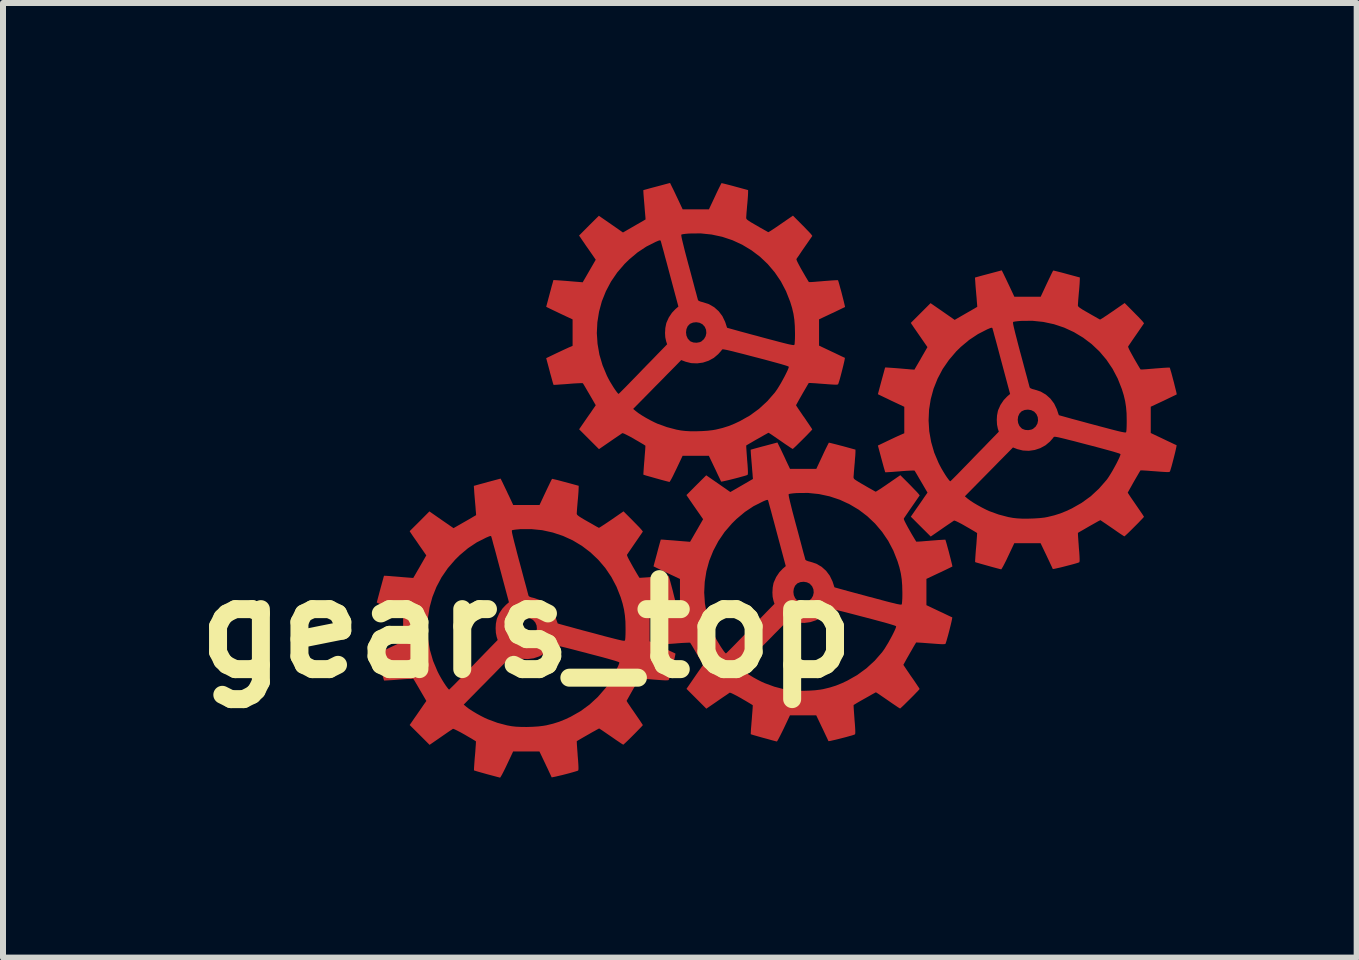
<source format=kicad_pcb>
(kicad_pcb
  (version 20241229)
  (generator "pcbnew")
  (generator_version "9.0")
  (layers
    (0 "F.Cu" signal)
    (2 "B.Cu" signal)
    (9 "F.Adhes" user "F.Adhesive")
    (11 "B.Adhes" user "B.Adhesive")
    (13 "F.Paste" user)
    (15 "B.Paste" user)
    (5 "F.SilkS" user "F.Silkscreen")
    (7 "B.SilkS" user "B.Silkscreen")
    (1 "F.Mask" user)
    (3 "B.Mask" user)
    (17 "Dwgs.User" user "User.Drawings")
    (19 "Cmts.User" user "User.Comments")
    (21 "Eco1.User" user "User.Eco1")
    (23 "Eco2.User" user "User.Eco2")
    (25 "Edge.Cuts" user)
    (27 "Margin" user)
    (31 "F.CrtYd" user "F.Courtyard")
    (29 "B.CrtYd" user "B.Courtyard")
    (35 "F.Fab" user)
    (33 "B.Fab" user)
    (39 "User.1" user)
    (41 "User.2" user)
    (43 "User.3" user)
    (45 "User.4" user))
  (footprint "gears_top"
    (layer "F.Cu")
    (at 9.996 4.851)
    (property "Reference" "gears_top" (at -4.268 2.576 0) (layer "F.SilkS") (effects (font (size 1.5 1.5) (thickness 0.3))))
    (attr board_only exclude_from_pos_files exclude_from_bom)
    (fp_poly (pts (xy -4.667 0.144) (xy -4.651 0.178) (xy -4.628 0.226) (xy -4.601 0.282) (xy -4.573 0.342) (xy -4.562 0.364) (xy -4.49 0.518) (xy -4.271 0.518) (xy -4.051 0.518) (xy -3.95 0.302) (xy -3.92 0.239) (xy -3.893 0.183) (xy -3.871 0.137) (xy -3.854 0.103) (xy -3.844 0.085) (xy -3.842 0.082) (xy -3.83 0.084) (xy -3.801 0.091) (xy -3.757 0.101) (xy -3.701 0.116) (xy -3.638 0.133) (xy -3.617 0.138) (xy -3.398 0.198) (xy -3.399 0.236) (xy -3.4 0.26) (xy -3.402 0.301) (xy -3.406 0.354) (xy -3.411 0.415) (xy -3.415 0.453) (xy -3.42 0.515) (xy -3.425 0.572) (xy -3.428 0.618) (xy -3.43 0.65) (xy -3.431 0.66) (xy -3.429 0.671) (xy -3.423 0.682) (xy -3.409 0.695) (xy -3.386 0.712) (xy -3.351 0.734) (xy -3.301 0.764) (xy -3.25 0.793) (xy -3.193 0.825) (xy -3.143 0.854) (xy -3.103 0.877) (xy -3.074 0.892) (xy -3.062 0.899) (xy -3.061 0.899) (xy -3.051 0.894) (xy -3.025 0.878) (xy -2.987 0.853) (xy -2.938 0.821) (xy -2.883 0.784) (xy -2.852 0.763) (xy -2.651 0.624) (xy -2.509 0.766) (xy -2.463 0.813) (xy -2.42 0.857) (xy -2.385 0.893) (xy -2.36 0.921) (xy -2.348 0.935) (xy -2.328 0.961) (xy -2.456 1.147) (xy -2.495 1.204) (xy -2.53 1.255) (xy -2.559 1.297) (xy -2.58 1.329) (xy -2.592 1.346) (xy -2.593 1.348) (xy -2.591 1.362) (xy -2.578 1.393) (xy -2.555 1.438) (xy -2.523 1.496) (xy -2.496 1.545) (xy -2.463 1.602) (xy -2.434 1.652) (xy -2.41 1.692) (xy -2.393 1.72) (xy -2.385 1.732) (xy -2.384 1.732) (xy -2.372 1.732) (xy -2.342 1.73) (xy -2.296 1.727) (xy -2.238 1.723) (xy -2.172 1.718) (xy -2.141 1.715) (xy -2.072 1.709) (xy -2.011 1.705) (xy -1.96 1.701) (xy -1.923 1.7) (xy -1.903 1.699) (xy -1.9 1.7) (xy -1.895 1.712) (xy -1.886 1.741) (xy -1.874 1.783) (xy -1.86 1.835) (xy -1.845 1.892) (xy -1.829 1.951) (xy -1.815 2.009) (xy -1.802 2.061) (xy -1.791 2.103) (xy -1.785 2.133) (xy -1.783 2.146) (xy -1.783 2.146) (xy -1.794 2.152) (xy -1.821 2.166) (xy -1.863 2.186) (xy -1.915 2.211) (xy -1.975 2.239) (xy -2.002 2.252) (xy -2.216 2.353) (xy -2.216 2.572) (xy -2.216 2.791) (xy -2.005 2.891) (xy -1.943 2.92) (xy -1.887 2.947) (xy -1.841 2.968) (xy -1.807 2.984) (xy -1.788 2.993) (xy -1.786 2.994) (xy -1.786 3.005) (xy -1.791 3.032) (xy -1.8 3.074) (xy -1.812 3.124) (xy -1.826 3.181) (xy -1.841 3.24) (xy -1.856 3.297) (xy -1.87 3.349) (xy -1.883 3.392) (xy -1.892 3.422) (xy -1.898 3.435) (xy -1.905 3.439) (xy -1.922 3.441) (xy -1.95 3.442) (xy -1.993 3.44) (xy -2.052 3.436) (xy -2.13 3.43) (xy -2.145 3.429) (xy -2.214 3.423) (xy -2.276 3.419) (xy -2.327 3.416) (xy -2.364 3.414) (xy -2.385 3.413) (xy -2.387 3.414) (xy -2.395 3.426) (xy -2.411 3.452) (xy -2.433 3.49) (xy -2.46 3.536) (xy -2.489 3.587) (xy -2.518 3.638) (xy -2.545 3.686) (xy -2.569 3.729) (xy -2.587 3.761) (xy -2.598 3.781) (xy -2.599 3.785) (xy -2.593 3.795) (xy -2.577 3.821) (xy -2.551 3.859) (xy -2.519 3.907) (xy -2.481 3.961) (xy -2.464 3.986) (xy -2.425 4.043) (xy -2.39 4.094) (xy -2.361 4.137) (xy -2.341 4.168) (xy -2.33 4.185) (xy -2.329 4.188) (xy -2.337 4.198) (xy -2.357 4.22) (xy -2.387 4.251) (xy -2.424 4.289) (xy -2.466 4.332) (xy -2.509 4.375) (xy -2.551 4.417) (xy -2.59 4.455) (xy -2.622 4.485) (xy -2.645 4.506) (xy -2.655 4.514) (xy -2.655 4.514) (xy -2.666 4.508) (xy -2.692 4.492) (xy -2.73 4.466) (xy -2.778 4.434) (xy -2.832 4.396) (xy -2.857 4.379) (xy -2.914 4.34) (xy -2.965 4.305) (xy -3.007 4.276) (xy -3.038 4.256) (xy -3.055 4.245) (xy -3.058 4.244) (xy -3.068 4.249) (xy -3.094 4.263) (xy -3.131 4.284) (xy -3.177 4.309) (xy -3.227 4.338) (xy -3.278 4.367) (xy -3.327 4.395) (xy -3.37 4.42) (xy -3.404 4.44) (xy -3.425 4.453) (xy -3.43 4.456) (xy -3.43 4.467) (xy -3.429 4.497) (xy -3.426 4.542) (xy -3.422 4.599) (xy -3.417 4.665) (xy -3.415 4.698) (xy -3.408 4.78) (xy -3.404 4.842) (xy -3.402 4.887) (xy -3.402 4.918) (xy -3.404 4.936) (xy -3.408 4.945) (xy -3.408 4.946) (xy -3.425 4.952) (xy -3.457 4.962) (xy -3.502 4.975) (xy -3.555 4.99) (xy -3.613 5.005) (xy -3.671 5.02) (xy -3.727 5.033) (xy -3.777 5.045) (xy -3.816 5.053) (xy -3.841 5.058) (xy -3.849 5.058) (xy -3.855 5.046) (xy -3.868 5.017) (xy -3.888 4.975) (xy -3.912 4.922) (xy -3.941 4.862) (xy -3.952 4.838) (xy -4.053 4.627) (xy -4.272 4.627) (xy -4.491 4.627) (xy -4.594 4.846) (xy -4.624 4.909) (xy -4.652 4.965) (xy -4.676 5.011) (xy -4.695 5.044) (xy -4.706 5.061) (xy -4.709 5.064) (xy -4.723 5.06) (xy -4.754 5.052) (xy -4.799 5.04) (xy -4.855 5.025) (xy -4.919 5.008) (xy -4.93 5.005) (xy -4.994 4.987) (xy -5.051 4.971) (xy -5.096 4.958) (xy -5.128 4.948) (xy -5.143 4.943) (xy -5.144 4.943) (xy -5.144 4.931) (xy -5.143 4.901) (xy -5.14 4.856) (xy -5.136 4.799) (xy -5.131 4.733) (xy -5.128 4.702) (xy -5.122 4.633) (xy -5.118 4.571) (xy -5.114 4.52) (xy -5.112 4.482) (xy -5.111 4.462) (xy -5.111 4.459) (xy -5.121 4.452) (xy -5.147 4.436) (xy -5.186 4.412) (xy -5.235 4.384) (xy -5.291 4.351) (xy -5.298 4.347) (xy -5.366 4.309) (xy -5.422 4.28) (xy -5.463 4.26) (xy -5.488 4.25) (xy -5.496 4.25) (xy -5.508 4.259) (xy -5.536 4.277) (xy -5.576 4.304) (xy -5.625 4.338) (xy -5.68 4.376) (xy -5.697 4.388) (xy -5.884 4.517) (xy -6.05 4.351) (xy -6.216 4.186) (xy -6.134 4.067) (xy -6.096 4.013) (xy -6.057 3.956) (xy -6.021 3.904) (xy -5.995 3.866) (xy -5.981 3.846) (xy -5.315 3.846) (xy -5.272 3.882) (xy -5.228 3.916) (xy -5.169 3.954) (xy -5.101 3.995) (xy -5.03 4.034) (xy -4.961 4.069) (xy -4.909 4.092) (xy -4.752 4.15) (xy -4.592 4.192) (xy -4.516 4.206) (xy -4.445 4.214) (xy -4.359 4.218) (xy -4.264 4.219) (xy -4.167 4.216) (xy -4.073 4.21) (xy -3.99 4.2) (xy -3.937 4.191) (xy -3.826 4.164) (xy -3.724 4.132) (xy -3.623 4.091) (xy -3.533 4.049) (xy -3.369 3.956) (xy -3.217 3.845) (xy -3.079 3.718) (xy -2.955 3.575) (xy -2.941 3.557) (xy -2.915 3.519) (xy -2.885 3.471) (xy -2.852 3.417) (xy -2.82 3.359) (xy -2.789 3.302) (xy -2.762 3.248) (xy -2.74 3.202) (xy -2.726 3.167) (xy -2.72 3.146) (xy -2.72 3.144) (xy -2.728 3.138) (xy -2.751 3.129) (xy -2.79 3.116) (xy -2.845 3.1) (xy -2.918 3.079) (xy -3.009 3.054) (xy -3.12 3.025) (xy -3.25 2.991) (xy -3.274 2.984) (xy -3.396 2.953) (xy -3.498 2.926) (xy -3.584 2.904) (xy -3.653 2.887) (xy -3.708 2.874) (xy -3.75 2.864) (xy -3.782 2.857) (xy -3.805 2.854) (xy -3.82 2.853) (xy -3.829 2.854) (xy -3.834 2.858) (xy -3.835 2.859) (xy -3.847 2.876) (xy -3.87 2.903) (xy -3.897 2.933) (xy -3.971 2.996) (xy -4.057 3.043) (xy -4.15 3.074) (xy -4.249 3.087) (xy -4.347 3.082) (xy -4.443 3.059) (xy -4.45 3.056) (xy -4.513 3.032) (xy -4.618 3.139) (xy -4.65 3.171) (xy -4.695 3.216) (xy -4.75 3.272) (xy -4.812 3.336) (xy -4.88 3.404) (xy -4.95 3.476) (xy -5.019 3.545) (xy -5.315 3.846) (xy -5.981 3.846) (xy -5.938 3.785) (xy -6.043 3.605) (xy -6.076 3.548) (xy -6.105 3.499) (xy -6.129 3.458) (xy -6.146 3.43) (xy -6.154 3.418) (xy -6.155 3.417) (xy -6.167 3.416) (xy -6.198 3.417) (xy -6.244 3.419) (xy -6.301 3.422) (xy -6.368 3.427) (xy -6.4 3.429) (xy -6.469 3.435) (xy -6.531 3.439) (xy -6.582 3.442) (xy -6.619 3.444) (xy -6.64 3.445) (xy -6.643 3.444) (xy -6.647 3.433) (xy -6.655 3.404) (xy -6.668 3.36) (xy -6.683 3.305) (xy -6.7 3.241) (xy -6.706 3.22) (xy -6.765 3) (xy -6.596 2.919) (xy -6.537 2.891) (xy -6.48 2.864) (xy -6.43 2.841) (xy -6.393 2.824) (xy -6.376 2.816) (xy -6.325 2.794) (xy -6.325 2.581) (xy -5.92 2.581) (xy -5.909 2.761) (xy -5.877 2.94) (xy -5.826 3.117) (xy -5.753 3.29) (xy -5.728 3.34) (xy -5.702 3.387) (xy -5.673 3.437) (xy -5.643 3.485) (xy -5.614 3.529) (xy -5.588 3.564) (xy -5.569 3.588) (xy -5.558 3.596) (xy -5.55 3.589) (xy -5.528 3.567) (xy -5.494 3.534) (xy -5.451 3.491) (xy -5.4 3.439) (xy -5.343 3.38) (xy -5.293 3.329) (xy -5.224 3.258) (xy -5.152 3.184) (xy -5.082 3.111) (xy -5.015 3.042) (xy -4.956 2.981) (xy -4.907 2.931) (xy -4.892 2.915) (xy -4.749 2.769) (xy -4.766 2.715) (xy -4.779 2.65) (xy -4.783 2.575) (xy -4.783 2.57) (xy -4.434 2.57) (xy -4.427 2.624) (xy -4.405 2.673) (xy -4.369 2.713) (xy -4.356 2.722) (xy -4.311 2.739) (xy -4.258 2.743) (xy -4.206 2.734) (xy -4.179 2.721) (xy -4.134 2.683) (xy -4.106 2.635) (xy -4.095 2.581) (xy -4.1 2.527) (xy -4.122 2.476) (xy -4.161 2.433) (xy -4.163 2.432) (xy -4.209 2.409) (xy -4.263 2.401) (xy -4.318 2.406) (xy -4.365 2.426) (xy -4.369 2.429) (xy -4.405 2.467) (xy -4.427 2.516) (xy -4.434 2.57) (xy -4.783 2.57) (xy -4.779 2.497) (xy -4.765 2.427) (xy -4.76 2.409) (xy -4.721 2.321) (xy -4.668 2.243) (xy -4.61 2.182) (xy -4.561 2.14) (xy -4.705 1.602) (xy -4.733 1.497) (xy -4.759 1.399) (xy -4.783 1.308) (xy -4.805 1.228) (xy -4.824 1.16) (xy -4.838 1.105) (xy -4.849 1.067) (xy -4.854 1.048) (xy -4.855 1.045) (xy -4.86 1.037) (xy -4.871 1.035) (xy -4.891 1.041) (xy -4.924 1.055) (xy -4.943 1.063) (xy -5.097 1.141) (xy -5.243 1.238) (xy -5.382 1.355) (xy -5.457 1.429) (xy -5.58 1.571) (xy -5.685 1.724) (xy -5.77 1.884) (xy -5.837 2.052) (xy -5.884 2.225) (xy -5.912 2.402) (xy -5.92 2.581) (xy -6.325 2.581) (xy -6.325 2.574) (xy -6.325 2.353) (xy -6.484 2.278) (xy -6.544 2.25) (xy -6.601 2.223) (xy -6.652 2.199) (xy -6.691 2.18) (xy -6.704 2.173) (xy -6.765 2.144) (xy -6.706 1.922) (xy -6.688 1.857) (xy -6.672 1.798) (xy -6.659 1.751) (xy -6.65 1.717) (xy -6.644 1.699) (xy -6.644 1.698) (xy -6.633 1.698) (xy -6.603 1.699) (xy -6.558 1.702) (xy -6.501 1.707) (xy -6.435 1.712) (xy -6.399 1.715) (xy -6.33 1.721) (xy -6.268 1.726) (xy -6.217 1.73) (xy -6.179 1.733) (xy -6.159 1.734) (xy -6.156 1.734) (xy -6.151 1.725) (xy -6.136 1.7) (xy -6.114 1.662) (xy -6.086 1.613) (xy -6.053 1.557) (xy -6.047 1.546) (xy -5.939 1.358) (xy -6.06 1.184) (xy -6.098 1.128) (xy -6.134 1.077) (xy -6.164 1.034) (xy -6.186 1.001) (xy -6.198 0.983) (xy -6.199 0.982) (xy -6.216 0.955) (xy -6.207 0.945) (xy -4.512 0.945) (xy -4.512 0.96) (xy -4.508 0.986) (xy -4.5 1.023) (xy -4.488 1.073) (xy -4.472 1.138) (xy -4.451 1.218) (xy -4.426 1.317) (xy -4.395 1.434) (xy -4.382 1.481) (xy -4.354 1.585) (xy -4.328 1.683) (xy -4.304 1.773) (xy -4.282 1.853) (xy -4.264 1.92) (xy -4.25 1.974) (xy -4.24 2.011) (xy -4.235 2.03) (xy -4.234 2.032) (xy -4.221 2.045) (xy -4.189 2.058) (xy -4.15 2.067) (xy -4.052 2.1) (xy -3.964 2.15) (xy -3.889 2.217) (xy -3.827 2.299) (xy -3.782 2.394) (xy -3.775 2.415) (xy -3.763 2.452) (xy -3.753 2.479) (xy -3.748 2.493) (xy -3.748 2.493) (xy -3.737 2.496) (xy -3.708 2.505) (xy -3.661 2.518) (xy -3.6 2.535) (xy -3.525 2.555) (xy -3.439 2.579) (xy -3.343 2.605) (xy -3.241 2.632) (xy -3.191 2.645) (xy -3.068 2.678) (xy -2.965 2.706) (xy -2.879 2.728) (xy -2.809 2.746) (xy -2.753 2.76) (xy -2.71 2.77) (xy -2.678 2.777) (xy -2.655 2.781) (xy -2.64 2.781) (xy -2.631 2.78) (xy -2.627 2.777) (xy -2.627 2.777) (xy -2.623 2.76) (xy -2.62 2.726) (xy -2.618 2.679) (xy -2.617 2.622) (xy -2.617 2.581) (xy -2.619 2.462) (xy -2.628 2.358) (xy -2.643 2.26) (xy -2.666 2.162) (xy -2.698 2.057) (xy -2.767 1.882) (xy -2.853 1.719) (xy -2.955 1.568) (xy -3.072 1.431) (xy -3.202 1.308) (xy -3.344 1.2) (xy -3.497 1.108) (xy -3.659 1.034) (xy -3.83 0.977) (xy -4.007 0.938) (xy -4.189 0.92) (xy -4.376 0.921) (xy -4.393 0.923) (xy -4.439 0.927) (xy -4.478 0.932) (xy -4.504 0.937) (xy -4.51 0.939) (xy -4.512 0.945) (xy -6.207 0.945) (xy -6.051 0.79) (xy -5.887 0.625) (xy -5.686 0.765) (xy -5.485 0.904) (xy -5.298 0.797) (xy -5.24 0.764) (xy -5.19 0.735) (xy -5.15 0.711) (xy -5.122 0.695) (xy -5.109 0.687) (xy -5.109 0.687) (xy -5.109 0.676) (xy -5.111 0.647) (xy -5.115 0.603) (xy -5.119 0.546) (xy -5.125 0.48) (xy -5.128 0.444) (xy -5.134 0.374) (xy -5.139 0.312) (xy -5.142 0.261) (xy -5.145 0.223) (xy -5.146 0.202) (xy -5.146 0.199) (xy -5.135 0.196) (xy -5.106 0.188) (xy -5.063 0.176) (xy -5.008 0.161) (xy -4.944 0.144) (xy -4.921 0.137) (xy -4.7 0.078)) (stroke (width 0) (type solid)) (fill yes) (layer "F.Cu"))
    (fp_poly (pts (xy -1.843 -4.785) (xy -1.826 -4.752) (xy -1.803 -4.704) (xy -1.776 -4.647) (xy -1.748 -4.588) (xy -1.737 -4.565) (xy -1.665 -4.411) (xy -1.446 -4.411) (xy -1.227 -4.411) (xy -1.125 -4.628) (xy -1.096 -4.691) (xy -1.069 -4.747) (xy -1.046 -4.793) (xy -1.029 -4.827) (xy -1.019 -4.845) (xy -1.017 -4.848) (xy -1.006 -4.846) (xy -0.976 -4.839) (xy -0.932 -4.828) (xy -0.877 -4.814) (xy -0.813 -4.797) (xy -0.792 -4.791) (xy -0.574 -4.732) (xy -0.574 -4.693) (xy -0.575 -4.669) (xy -0.577 -4.629) (xy -0.581 -4.576) (xy -0.586 -4.515) (xy -0.59 -4.476) (xy -0.595 -4.414) (xy -0.6 -4.358) (xy -0.603 -4.312) (xy -0.605 -4.28) (xy -0.606 -4.269) (xy -0.604 -4.258) (xy -0.598 -4.247) (xy -0.584 -4.234) (xy -0.561 -4.218) (xy -0.526 -4.195) (xy -0.476 -4.166) (xy -0.425 -4.137) (xy -0.369 -4.104) (xy -0.319 -4.076) (xy -0.278 -4.053) (xy -0.25 -4.037) (xy -0.237 -4.03) (xy -0.237 -4.03) (xy -0.226 -4.036) (xy -0.2 -4.051) (xy -0.162 -4.076) (xy -0.114 -4.108) (xy -0.058 -4.146) (xy -0.028 -4.167) (xy 0.174 -4.306) (xy 0.316 -4.163) (xy 0.362 -4.117) (xy 0.404 -4.073) (xy 0.44 -4.036) (xy 0.465 -4.009) (xy 0.477 -3.995) (xy 0.497 -3.968) (xy 0.368 -3.782) (xy 0.329 -3.726) (xy 0.295 -3.675) (xy 0.266 -3.632) (xy 0.244 -3.601) (xy 0.233 -3.584) (xy 0.232 -3.582) (xy 0.234 -3.568) (xy 0.247 -3.537) (xy 0.27 -3.492) (xy 0.301 -3.434) (xy 0.329 -3.385) (xy 0.362 -3.328) (xy 0.391 -3.278) (xy 0.415 -3.238) (xy 0.432 -3.21) (xy 0.44 -3.198) (xy 0.44 -3.198) (xy 0.453 -3.198) (xy 0.483 -3.199) (xy 0.529 -3.202) (xy 0.586 -3.207) (xy 0.653 -3.212) (xy 0.683 -3.215) (xy 0.752 -3.22) (xy 0.814 -3.225) (xy 0.865 -3.228) (xy 0.902 -3.23) (xy 0.922 -3.23) (xy 0.925 -3.23) (xy 0.929 -3.218) (xy 0.938 -3.189) (xy 0.95 -3.147) (xy 0.964 -3.095) (xy 0.98 -3.038) (xy 0.995 -2.979) (xy 1.01 -2.921) (xy 1.023 -2.869) (xy 1.033 -2.826) (xy 1.04 -2.797) (xy 1.042 -2.784) (xy 1.042 -2.783) (xy 1.031 -2.777) (xy 1.003 -2.764) (xy 0.962 -2.744) (xy 0.91 -2.719) (xy 0.85 -2.69) (xy 0.823 -2.678) (xy 0.609 -2.577) (xy 0.609 -2.358) (xy 0.609 -2.139) (xy 0.82 -2.039) (xy 0.882 -2.01) (xy 0.938 -1.983) (xy 0.984 -1.961) (xy 1.018 -1.945) (xy 1.037 -1.937) (xy 1.039 -1.936) (xy 1.039 -1.925) (xy 1.034 -1.897) (xy 1.025 -1.856) (xy 1.013 -1.805) (xy 0.999 -1.749) (xy 0.984 -1.69) (xy 0.969 -1.633) (xy 0.955 -1.581) (xy 0.942 -1.538) (xy 0.932 -1.508) (xy 0.927 -1.495) (xy 0.92 -1.491) (xy 0.903 -1.488) (xy 0.875 -1.488) (xy 0.832 -1.49) (xy 0.772 -1.494) (xy 0.694 -1.5) (xy 0.68 -1.501) (xy 0.611 -1.506) (xy 0.549 -1.511) (xy 0.498 -1.514) (xy 0.46 -1.516) (xy 0.44 -1.516) (xy 0.437 -1.516) (xy 0.43 -1.504) (xy 0.414 -1.477) (xy 0.392 -1.439) (xy 0.365 -1.393) (xy 0.336 -1.343) (xy 0.307 -1.292) (xy 0.279 -1.243) (xy 0.256 -1.201) (xy 0.238 -1.168) (xy 0.227 -1.149) (xy 0.226 -1.145) (xy 0.231 -1.134) (xy 0.248 -1.109) (xy 0.273 -1.071) (xy 0.306 -1.023) (xy 0.343 -0.968) (xy 0.361 -0.944) (xy 0.4 -0.886) (xy 0.435 -0.835) (xy 0.463 -0.793) (xy 0.484 -0.762) (xy 0.494 -0.744) (xy 0.496 -0.742) (xy 0.488 -0.732) (xy 0.468 -0.71) (xy 0.438 -0.679) (xy 0.401 -0.64) (xy 0.359 -0.598) (xy 0.316 -0.555) (xy 0.273 -0.513) (xy 0.235 -0.475) (xy 0.203 -0.445) (xy 0.18 -0.424) (xy 0.17 -0.416) (xy 0.17 -0.416) (xy 0.159 -0.422) (xy 0.133 -0.438) (xy 0.095 -0.464) (xy 0.047 -0.496) (xy -0.008 -0.534) (xy -0.032 -0.551) (xy -0.089 -0.59) (xy -0.14 -0.625) (xy -0.182 -0.654) (xy -0.213 -0.674) (xy -0.231 -0.685) (xy -0.233 -0.686) (xy -0.244 -0.681) (xy -0.269 -0.667) (xy -0.307 -0.646) (xy -0.352 -0.62) (xy -0.402 -0.592) (xy -0.454 -0.563) (xy -0.503 -0.534) (xy -0.546 -0.509) (xy -0.579 -0.49) (xy -0.6 -0.477) (xy -0.605 -0.474) (xy -0.605 -0.462) (xy -0.604 -0.433) (xy -0.601 -0.388) (xy -0.597 -0.33) (xy -0.592 -0.264) (xy -0.59 -0.231) (xy -0.583 -0.15) (xy -0.579 -0.088) (xy -0.577 -0.042) (xy -0.577 -0.012) (xy -0.579 0.007) (xy -0.583 0.015) (xy -0.584 0.016) (xy -0.6 0.023) (xy -0.633 0.033) (xy -0.677 0.045) (xy -0.73 0.06) (xy -0.788 0.075) (xy -0.847 0.09) (xy -0.903 0.104) (xy -0.952 0.115) (xy -0.991 0.124) (xy -1.017 0.128) (xy -1.024 0.128) (xy -1.03 0.116) (xy -1.043 0.087) (xy -1.063 0.045) (xy -1.088 -0.007) (xy -1.116 -0.068) (xy -1.128 -0.092) (xy -1.228 -0.302) (xy -1.447 -0.302) (xy -1.666 -0.302) (xy -1.769 -0.084) (xy -1.8 -0.021) (xy -1.827 0.035) (xy -1.851 0.081) (xy -1.87 0.114) (xy -1.882 0.132) (xy -1.885 0.134) (xy -1.898 0.131) (xy -1.929 0.123) (xy -1.975 0.111) (xy -2.031 0.096) (xy -2.094 0.078) (xy -2.106 0.075) (xy -2.169 0.057) (xy -2.226 0.041) (xy -2.272 0.028) (xy -2.304 0.018) (xy -2.319 0.013) (xy -2.319 0.013) (xy -2.32 0.001) (xy -2.318 -0.029) (xy -2.315 -0.074) (xy -2.311 -0.131) (xy -2.306 -0.197) (xy -2.303 -0.228) (xy -2.298 -0.297) (xy -2.293 -0.359) (xy -2.289 -0.41) (xy -2.287 -0.447) (xy -2.286 -0.468) (xy -2.287 -0.471) (xy -2.297 -0.478) (xy -2.322 -0.494) (xy -2.361 -0.517) (xy -2.41 -0.546) (xy -2.466 -0.578) (xy -2.473 -0.583) (xy -2.541 -0.621) (xy -2.597 -0.65) (xy -2.638 -0.67) (xy -2.663 -0.679) (xy -2.671 -0.679) (xy -2.684 -0.671) (xy -2.711 -0.652) (xy -2.751 -0.625) (xy -2.8 -0.592) (xy -2.855 -0.554) (xy -2.872 -0.542) (xy -3.06 -0.413) (xy -3.225 -0.578) (xy -3.391 -0.744) (xy -3.309 -0.863) (xy -3.272 -0.917) (xy -3.233 -0.973) (xy -3.196 -1.025) (xy -3.17 -1.064) (xy -3.156 -1.084) (xy -2.49 -1.084) (xy -2.447 -1.048) (xy -2.403 -1.014) (xy -2.344 -0.975) (xy -2.277 -0.935) (xy -2.206 -0.896) (xy -2.137 -0.861) (xy -2.085 -0.837) (xy -1.927 -0.78) (xy -1.767 -0.738) (xy -1.691 -0.724) (xy -1.62 -0.716) (xy -1.534 -0.711) (xy -1.439 -0.711) (xy -1.342 -0.714) (xy -1.248 -0.72) (xy -1.165 -0.73) (xy -1.112 -0.739) (xy -1.001 -0.766) (xy -0.899 -0.798) (xy -0.798 -0.839) (xy -0.709 -0.881) (xy -0.544 -0.974) (xy -0.392 -1.085) (xy -0.254 -1.212) (xy -0.13 -1.354) (xy -0.117 -1.372) (xy -0.09 -1.41) (xy -0.06 -1.458) (xy -0.027 -1.513) (xy 0.005 -1.571) (xy 0.036 -1.628) (xy 0.063 -1.682) (xy 0.085 -1.728) (xy 0.099 -1.763) (xy 0.105 -1.784) (xy 0.104 -1.786) (xy 0.096 -1.792) (xy 0.073 -1.801) (xy 0.035 -1.813) (xy -0.021 -1.83) (xy -0.093 -1.85) (xy -0.185 -1.875) (xy -0.295 -1.905) (xy -0.425 -1.939) (xy -0.449 -1.945) (xy -0.571 -1.977) (xy -0.674 -2.004) (xy -0.759 -2.025) (xy -0.828 -2.043) (xy -0.883 -2.056) (xy -0.926 -2.066) (xy -0.957 -2.072) (xy -0.98 -2.076) (xy -0.995 -2.077) (xy -1.004 -2.075) (xy -1.009 -2.072) (xy -1.01 -2.07) (xy -1.022 -2.053) (xy -1.045 -2.027) (xy -1.073 -1.996) (xy -1.146 -1.934) (xy -1.232 -1.887) (xy -1.326 -1.856) (xy -1.424 -1.843) (xy -1.523 -1.847) (xy -1.618 -1.871) (xy -1.625 -1.874) (xy -1.689 -1.898) (xy -1.793 -1.791) (xy -1.825 -1.759) (xy -1.87 -1.713) (xy -1.925 -1.658) (xy -1.987 -1.594) (xy -2.055 -1.525) (xy -2.126 -1.454) (xy -2.194 -1.384) (xy -2.49 -1.084) (xy -3.156 -1.084) (xy -3.114 -1.145) (xy -3.218 -1.325) (xy -3.251 -1.381) (xy -3.28 -1.431) (xy -3.304 -1.472) (xy -3.321 -1.5) (xy -3.33 -1.512) (xy -3.33 -1.512) (xy -3.342 -1.514) (xy -3.373 -1.513) (xy -3.419 -1.511) (xy -3.477 -1.508) (xy -3.543 -1.503) (xy -3.575 -1.5) (xy -3.644 -1.495) (xy -3.706 -1.491) (xy -3.757 -1.487) (xy -3.795 -1.485) (xy -3.815 -1.485) (xy -3.818 -1.486) (xy -3.822 -1.497) (xy -3.831 -1.526) (xy -3.843 -1.57) (xy -3.858 -1.625) (xy -3.876 -1.688) (xy -3.881 -1.71) (xy -3.94 -1.93) (xy -3.772 -2.011) (xy -3.712 -2.039) (xy -3.655 -2.066) (xy -3.605 -2.089) (xy -3.568 -2.106) (xy -3.552 -2.113) (xy -3.5 -2.135) (xy -3.5 -2.348) (xy -3.096 -2.348) (xy -3.084 -2.169) (xy -3.053 -1.989) (xy -3.001 -1.813) (xy -2.929 -1.64) (xy -2.904 -1.59) (xy -2.878 -1.542) (xy -2.848 -1.493) (xy -2.818 -1.444) (xy -2.789 -1.401) (xy -2.763 -1.365) (xy -2.744 -1.342) (xy -2.734 -1.334) (xy -2.725 -1.341) (xy -2.703 -1.362) (xy -2.669 -1.396) (xy -2.626 -1.439) (xy -2.575 -1.491) (xy -2.518 -1.55) (xy -2.468 -1.601) (xy -2.399 -1.672) (xy -2.328 -1.746) (xy -2.257 -1.819) (xy -2.19 -1.887) (xy -2.131 -1.948) (xy -2.082 -1.999) (xy -2.067 -2.014) (xy -1.924 -2.161) (xy -1.941 -2.214) (xy -1.955 -2.279) (xy -1.959 -2.355) (xy -1.958 -2.36) (xy -1.609 -2.36) (xy -1.602 -2.306) (xy -1.58 -2.256) (xy -1.544 -2.217) (xy -1.532 -2.208) (xy -1.486 -2.191) (xy -1.433 -2.187) (xy -1.381 -2.196) (xy -1.354 -2.208) (xy -1.31 -2.247) (xy -1.282 -2.295) (xy -1.27 -2.348) (xy -1.275 -2.403) (xy -1.297 -2.454) (xy -1.337 -2.497) (xy -1.338 -2.497) (xy -1.384 -2.52) (xy -1.438 -2.529) (xy -1.493 -2.523) (xy -1.541 -2.503) (xy -1.544 -2.501) (xy -1.581 -2.463) (xy -1.602 -2.414) (xy -1.609 -2.36) (xy -1.958 -2.36) (xy -1.954 -2.432) (xy -1.94 -2.503) (xy -1.935 -2.521) (xy -1.896 -2.608) (xy -1.843 -2.687) (xy -1.785 -2.748) (xy -1.736 -2.79) (xy -1.88 -3.328) (xy -1.908 -3.433) (xy -1.934 -3.531) (xy -1.959 -3.621) (xy -1.98 -3.702) (xy -1.999 -3.77) (xy -2.014 -3.824) (xy -2.024 -3.862) (xy -2.03 -3.882) (xy -2.03 -3.884) (xy -2.036 -3.892) (xy -2.046 -3.894) (xy -2.066 -3.889) (xy -2.1 -3.875) (xy -2.118 -3.867) (xy -2.272 -3.789) (xy -2.418 -3.692) (xy -2.557 -3.575) (xy -2.633 -3.501) (xy -2.756 -3.358) (xy -2.86 -3.206) (xy -2.945 -3.045) (xy -3.012 -2.878) (xy -3.059 -2.704) (xy -3.087 -2.528) (xy -3.096 -2.348) (xy -3.5 -2.348) (xy -3.5 -2.356) (xy -3.5 -2.576) (xy -3.66 -2.651) (xy -3.719 -2.679) (xy -3.777 -2.707) (xy -3.828 -2.731) (xy -3.867 -2.75) (xy -3.88 -2.756) (xy -3.94 -2.786) (xy -3.881 -3.007) (xy -3.863 -3.073) (xy -3.848 -3.131) (xy -3.834 -3.179) (xy -3.825 -3.213) (xy -3.82 -3.231) (xy -3.819 -3.232) (xy -3.808 -3.232) (xy -3.778 -3.23) (xy -3.733 -3.227) (xy -3.676 -3.223) (xy -3.61 -3.218) (xy -3.574 -3.215) (xy -3.505 -3.209) (xy -3.443 -3.204) (xy -3.392 -3.2) (xy -3.355 -3.197) (xy -3.334 -3.195) (xy -3.331 -3.195) (xy -3.326 -3.205) (xy -3.311 -3.23) (xy -3.289 -3.268) (xy -3.261 -3.316) (xy -3.229 -3.372) (xy -3.222 -3.384) (xy -3.114 -3.571) (xy -3.235 -3.746) (xy -3.274 -3.801) (xy -3.309 -3.853) (xy -3.339 -3.896) (xy -3.361 -3.929) (xy -3.373 -3.947) (xy -3.374 -3.947) (xy -3.392 -3.975) (xy -3.382 -3.984) (xy -1.688 -3.984) (xy -1.687 -3.969) (xy -1.683 -3.944) (xy -1.675 -3.907) (xy -1.663 -3.857) (xy -1.647 -3.792) (xy -1.627 -3.711) (xy -1.601 -3.613) (xy -1.57 -3.496) (xy -1.557 -3.449) (xy -1.529 -3.345) (xy -1.503 -3.247) (xy -1.479 -3.157) (xy -1.458 -3.077) (xy -1.439 -3.009) (xy -1.425 -2.956) (xy -1.415 -2.919) (xy -1.41 -2.9) (xy -1.409 -2.898) (xy -1.396 -2.885) (xy -1.364 -2.872) (xy -1.325 -2.862) (xy -1.227 -2.83) (xy -1.139 -2.779) (xy -1.064 -2.712) (xy -1.003 -2.631) (xy -0.957 -2.536) (xy -0.95 -2.515) (xy -0.938 -2.478) (xy -0.929 -2.45) (xy -0.924 -2.437) (xy -0.923 -2.437) (xy -0.913 -2.433) (xy -0.883 -2.425) (xy -0.836 -2.412) (xy -0.775 -2.395) (xy -0.7 -2.374) (xy -0.614 -2.351) (xy -0.519 -2.325) (xy -0.416 -2.298) (xy -0.366 -2.284) (xy -0.244 -2.251) (xy -0.14 -2.224) (xy -0.054 -2.201) (xy 0.016 -2.183) (xy 0.072 -2.169) (xy 0.115 -2.159) (xy 0.147 -2.153) (xy 0.17 -2.149) (xy 0.185 -2.148) (xy 0.193 -2.15) (xy 0.198 -2.153) (xy 0.198 -2.153) (xy 0.202 -2.169) (xy 0.204 -2.203) (xy 0.207 -2.251) (xy 0.208 -2.307) (xy 0.208 -2.349) (xy 0.205 -2.467) (xy 0.197 -2.572) (xy 0.182 -2.67) (xy 0.159 -2.768) (xy 0.127 -2.872) (xy 0.058 -3.047) (xy -0.028 -3.211) (xy -0.13 -3.361) (xy -0.247 -3.499) (xy -0.377 -3.622) (xy -0.519 -3.729) (xy -0.672 -3.821) (xy -0.834 -3.896) (xy -1.005 -3.953) (xy -1.182 -3.991) (xy -1.365 -4.01) (xy -1.552 -4.008) (xy -1.568 -4.007) (xy -1.614 -4.003) (xy -1.653 -3.998) (xy -1.679 -3.993) (xy -1.685 -3.991) (xy -1.688 -3.984) (xy -3.382 -3.984) (xy -3.227 -4.14) (xy -3.062 -4.304) (xy -2.861 -4.165) (xy -2.66 -4.025) (xy -2.473 -4.133) (xy -2.416 -4.166) (xy -2.365 -4.195) (xy -2.325 -4.218) (xy -2.297 -4.235) (xy -2.284 -4.242) (xy -2.284 -4.243) (xy -2.284 -4.253) (xy -2.286 -4.282) (xy -2.29 -4.327) (xy -2.295 -4.384) (xy -2.3 -4.45) (xy -2.303 -4.486) (xy -2.309 -4.555) (xy -2.314 -4.618) (xy -2.318 -4.669) (xy -2.32 -4.707) (xy -2.321 -4.727) (xy -2.321 -4.73) (xy -2.31 -4.734) (xy -2.281 -4.742) (xy -2.238 -4.754) (xy -2.183 -4.769) (xy -2.119 -4.786) (xy -2.096 -4.792) (xy -1.875 -4.851)) (stroke (width 0) (type solid)) (fill yes) (layer "F.Cu"))
    (fp_poly (pts (xy -0.053 -0.458) (xy -0.036 -0.425) (xy -0.013 -0.377) (xy 0.014 -0.32) (xy 0.042 -0.261) (xy 0.052 -0.238) (xy 0.125 -0.084) (xy 0.344 -0.084) (xy 0.563 -0.084) (xy 0.665 -0.301) (xy 0.694 -0.364) (xy 0.721 -0.42) (xy 0.744 -0.466) (xy 0.761 -0.5) (xy 0.771 -0.518) (xy 0.773 -0.521) (xy 0.784 -0.519) (xy 0.814 -0.512) (xy 0.858 -0.501) (xy 0.913 -0.487) (xy 0.977 -0.47) (xy 0.998 -0.465) (xy 1.216 -0.405) (xy 1.216 -0.366) (xy 1.215 -0.342) (xy 1.213 -0.302) (xy 1.208 -0.249) (xy 1.204 -0.188) (xy 1.2 -0.149) (xy 1.195 -0.087) (xy 1.19 -0.031) (xy 1.187 0.015) (xy 1.184 0.047) (xy 1.184 0.058) (xy 1.186 0.069) (xy 1.192 0.08) (xy 1.205 0.093) (xy 1.229 0.109) (xy 1.264 0.131) (xy 1.314 0.161) (xy 1.365 0.19) (xy 1.421 0.223) (xy 1.471 0.251) (xy 1.512 0.274) (xy 1.54 0.29) (xy 1.553 0.296) (xy 1.553 0.297) (xy 1.564 0.291) (xy 1.59 0.275) (xy 1.628 0.251) (xy 1.676 0.219) (xy 1.732 0.181) (xy 1.762 0.16) (xy 1.964 0.021) (xy 2.106 0.163) (xy 2.152 0.21) (xy 2.194 0.254) (xy 2.23 0.291) (xy 2.255 0.318) (xy 2.267 0.332) (xy 2.287 0.358) (xy 2.158 0.545) (xy 2.119 0.601) (xy 2.084 0.652) (xy 2.055 0.695) (xy 2.034 0.726) (xy 2.023 0.743) (xy 2.022 0.745) (xy 2.024 0.759) (xy 2.037 0.79) (xy 2.06 0.835) (xy 2.091 0.893) (xy 2.119 0.942) (xy 2.151 0.999) (xy 2.181 1.049) (xy 2.205 1.089) (xy 2.222 1.117) (xy 2.23 1.129) (xy 2.23 1.129) (xy 2.243 1.129) (xy 2.273 1.128) (xy 2.319 1.125) (xy 2.376 1.12) (xy 2.443 1.115) (xy 2.473 1.112) (xy 2.542 1.107) (xy 2.604 1.102) (xy 2.655 1.099) (xy 2.692 1.097) (xy 2.712 1.096) (xy 2.715 1.097) (xy 2.719 1.109) (xy 2.728 1.138) (xy 2.74 1.18) (xy 2.754 1.232) (xy 2.77 1.289) (xy 2.785 1.348) (xy 2.8 1.406) (xy 2.813 1.458) (xy 2.823 1.5) (xy 2.83 1.53) (xy 2.832 1.543) (xy 2.832 1.544) (xy 2.821 1.549) (xy 2.793 1.563) (xy 2.752 1.583) (xy 2.7 1.608) (xy 2.64 1.637) (xy 2.613 1.649) (xy 2.399 1.75) (xy 2.399 1.969) (xy 2.399 2.188) (xy 2.609 2.288) (xy 2.672 2.317) (xy 2.728 2.344) (xy 2.774 2.366) (xy 2.808 2.382) (xy 2.827 2.39) (xy 2.829 2.391) (xy 2.829 2.402) (xy 2.824 2.43) (xy 2.815 2.471) (xy 2.803 2.522) (xy 2.789 2.578) (xy 2.774 2.637) (xy 2.759 2.694) (xy 2.744 2.746) (xy 2.732 2.789) (xy 2.722 2.819) (xy 2.717 2.832) (xy 2.71 2.836) (xy 2.693 2.838) (xy 2.664 2.839) (xy 2.622 2.837) (xy 2.562 2.833) (xy 2.484 2.827) (xy 2.47 2.826) (xy 2.4 2.821) (xy 2.339 2.816) (xy 2.288 2.813) (xy 2.25 2.811) (xy 2.23 2.81) (xy 2.227 2.811) (xy 2.22 2.823) (xy 2.204 2.849) (xy 2.181 2.888) (xy 2.155 2.934) (xy 2.126 2.984) (xy 2.097 3.035) (xy 2.069 3.084) (xy 2.046 3.126) (xy 2.028 3.159) (xy 2.017 3.178) (xy 2.015 3.182) (xy 2.021 3.193) (xy 2.038 3.218) (xy 2.063 3.256) (xy 2.096 3.304) (xy 2.133 3.359) (xy 2.15 3.383) (xy 2.19 3.44) (xy 2.225 3.492) (xy 2.253 3.534) (xy 2.274 3.565) (xy 2.284 3.583) (xy 2.285 3.585) (xy 2.278 3.595) (xy 2.258 3.617) (xy 2.228 3.648) (xy 2.191 3.687) (xy 2.149 3.729) (xy 2.106 3.772) (xy 2.063 3.814) (xy 2.025 3.852) (xy 1.993 3.882) (xy 1.97 3.903) (xy 1.96 3.911) (xy 1.959 3.911) (xy 1.949 3.905) (xy 1.923 3.889) (xy 1.885 3.863) (xy 1.837 3.831) (xy 1.782 3.793) (xy 1.758 3.776) (xy 1.701 3.737) (xy 1.65 3.702) (xy 1.608 3.673) (xy 1.577 3.653) (xy 1.559 3.642) (xy 1.557 3.641) (xy 1.546 3.646) (xy 1.521 3.66) (xy 1.483 3.681) (xy 1.438 3.707) (xy 1.388 3.735) (xy 1.336 3.764) (xy 1.287 3.792) (xy 1.244 3.817) (xy 1.211 3.837) (xy 1.19 3.85) (xy 1.185 3.853) (xy 1.185 3.864) (xy 1.186 3.894) (xy 1.189 3.939) (xy 1.193 3.996) (xy 1.198 4.063) (xy 1.2 4.096) (xy 1.207 4.177) (xy 1.211 4.239) (xy 1.213 4.284) (xy 1.213 4.315) (xy 1.211 4.334) (xy 1.207 4.342) (xy 1.206 4.343) (xy 1.19 4.349) (xy 1.157 4.36) (xy 1.113 4.372) (xy 1.06 4.387) (xy 1.002 4.402) (xy 0.943 4.417) (xy 0.887 4.431) (xy 0.838 4.442) (xy 0.799 4.451) (xy 0.773 4.455) (xy 0.766 4.455) (xy 0.76 4.443) (xy 0.747 4.414) (xy 0.727 4.372) (xy 0.702 4.319) (xy 0.674 4.259) (xy 0.662 4.235) (xy 0.562 4.025) (xy 0.343 4.025) (xy 0.124 4.025) (xy 0.021 4.243) (xy -0.01 4.306) (xy -0.038 4.362) (xy -0.062 4.408) (xy -0.08 4.441) (xy -0.092 4.459) (xy -0.095 4.461) (xy -0.108 4.458) (xy -0.139 4.45) (xy -0.185 4.438) (xy -0.241 4.422) (xy -0.304 4.405) (xy -0.316 4.402) (xy -0.38 4.384) (xy -0.436 4.368) (xy -0.482 4.355) (xy -0.514 4.345) (xy -0.529 4.34) (xy -0.529 4.34) (xy -0.53 4.328) (xy -0.528 4.298) (xy -0.526 4.253) (xy -0.521 4.196) (xy -0.516 4.13) (xy -0.513 4.099) (xy -0.508 4.03) (xy -0.503 3.968) (xy -0.499 3.917) (xy -0.497 3.879) (xy -0.496 3.859) (xy -0.497 3.856) (xy -0.507 3.849) (xy -0.533 3.833) (xy -0.571 3.81) (xy -0.62 3.781) (xy -0.676 3.749) (xy -0.683 3.744) (xy -0.751 3.706) (xy -0.807 3.677) (xy -0.848 3.657) (xy -0.873 3.648) (xy -0.881 3.647) (xy -0.894 3.656) (xy -0.921 3.675) (xy -0.961 3.702) (xy -1.01 3.735) (xy -1.065 3.773) (xy -1.082 3.785) (xy -1.27 3.914) (xy -1.435 3.749) (xy -1.601 3.583) (xy -1.519 3.464) (xy -1.482 3.41) (xy -1.443 3.353) (xy -1.407 3.301) (xy -1.38 3.263) (xy -1.366 3.243) (xy -0.7 3.243) (xy -0.657 3.279) (xy -0.613 3.313) (xy -0.554 3.351) (xy -0.487 3.392) (xy -0.416 3.431) (xy -0.347 3.466) (xy -0.295 3.489) (xy -0.137 3.547) (xy 0.023 3.589) (xy 0.099 3.603) (xy 0.17 3.611) (xy 0.256 3.615) (xy 0.351 3.616) (xy 0.448 3.613) (xy 0.541 3.607) (xy 0.625 3.597) (xy 0.678 3.588) (xy 0.789 3.561) (xy 0.891 3.529) (xy 0.992 3.488) (xy 1.081 3.446) (xy 1.245 3.353) (xy 1.397 3.242) (xy 1.536 3.115) (xy 1.66 2.973) (xy 1.673 2.955) (xy 1.7 2.917) (xy 1.73 2.868) (xy 1.763 2.814) (xy 1.795 2.756) (xy 1.826 2.699) (xy 1.853 2.645) (xy 1.875 2.599) (xy 1.889 2.564) (xy 1.894 2.543) (xy 1.894 2.541) (xy 1.886 2.535) (xy 1.863 2.526) (xy 1.825 2.514) (xy 1.769 2.497) (xy 1.696 2.476) (xy 1.605 2.452) (xy 1.495 2.422) (xy 1.365 2.388) (xy 1.341 2.382) (xy 1.219 2.35) (xy 1.116 2.323) (xy 1.031 2.301) (xy 0.962 2.284) (xy 0.907 2.271) (xy 0.864 2.261) (xy 0.833 2.255) (xy 0.81 2.251) (xy 0.795 2.25) (xy 0.786 2.252) (xy 0.781 2.255) (xy 0.78 2.257) (xy 0.767 2.274) (xy 0.745 2.3) (xy 0.717 2.331) (xy 0.644 2.393) (xy 0.558 2.44) (xy 0.464 2.471) (xy 0.366 2.484) (xy 0.267 2.48) (xy 0.172 2.456) (xy 0.165 2.453) (xy 0.101 2.429) (xy -0.003 2.536) (xy -0.035 2.568) (xy -0.08 2.614) (xy -0.135 2.669) (xy -0.197 2.733) (xy -0.265 2.802) (xy -0.336 2.873) (xy -0.404 2.943) (xy -0.7 3.243) (xy -1.366 3.243) (xy -1.324 3.182) (xy -1.428 3.002) (xy -1.461 2.946) (xy -1.49 2.896) (xy -1.514 2.855) (xy -1.532 2.827) (xy -1.54 2.815) (xy -1.54 2.815) (xy -1.552 2.813) (xy -1.583 2.814) (xy -1.629 2.816) (xy -1.687 2.819) (xy -1.753 2.824) (xy -1.785 2.827) (xy -1.855 2.832) (xy -1.916 2.836) (xy -1.967 2.84) (xy -2.005 2.841) (xy -2.025 2.842) (xy -2.028 2.841) (xy -2.032 2.83) (xy -2.041 2.801) (xy -2.053 2.757) (xy -2.068 2.702) (xy -2.086 2.638) (xy -2.091 2.617) (xy -2.15 2.397) (xy -1.982 2.316) (xy -1.922 2.288) (xy -1.865 2.261) (xy -1.816 2.238) (xy -1.778 2.221) (xy -1.762 2.214) (xy -1.71 2.192) (xy -1.71 1.978) (xy -1.306 1.978) (xy -1.294 2.158) (xy -1.263 2.338) (xy -1.211 2.514) (xy -1.139 2.687) (xy -1.114 2.737) (xy -1.088 2.784) (xy -1.058 2.834) (xy -1.028 2.883) (xy -0.999 2.926) (xy -0.974 2.962) (xy -0.954 2.985) (xy -0.944 2.993) (xy -0.935 2.986) (xy -0.913 2.965) (xy -0.879 2.931) (xy -0.836 2.888) (xy -0.785 2.836) (xy -0.728 2.777) (xy -0.678 2.726) (xy -0.609 2.655) (xy -0.538 2.581) (xy -0.467 2.508) (xy -0.401 2.44) (xy -0.341 2.378) (xy -0.292 2.328) (xy -0.277 2.312) (xy -0.134 2.166) (xy -0.151 2.113) (xy -0.165 2.048) (xy -0.169 1.972) (xy -0.168 1.967) (xy 0.181 1.967) (xy 0.188 2.021) (xy 0.21 2.071) (xy 0.246 2.11) (xy 0.258 2.119) (xy 0.304 2.136) (xy 0.357 2.14) (xy 0.409 2.131) (xy 0.436 2.119) (xy 0.48 2.08) (xy 0.508 2.032) (xy 0.52 1.979) (xy 0.515 1.924) (xy 0.493 1.873) (xy 0.453 1.83) (xy 0.452 1.829) (xy 0.406 1.807) (xy 0.352 1.798) (xy 0.297 1.804) (xy 0.249 1.824) (xy 0.246 1.826) (xy 0.209 1.864) (xy 0.188 1.913) (xy 0.181 1.967) (xy -0.168 1.967) (xy -0.164 1.894) (xy -0.151 1.824) (xy -0.145 1.806) (xy -0.106 1.719) (xy -0.053 1.64) (xy 0.005 1.579) (xy 0.054 1.537) (xy -0.09 0.999) (xy -0.118 0.894) (xy -0.144 0.796) (xy -0.169 0.705) (xy -0.19 0.625) (xy -0.209 0.557) (xy -0.224 0.503) (xy -0.234 0.465) (xy -0.24 0.445) (xy -0.24 0.443) (xy -0.246 0.434) (xy -0.256 0.433) (xy -0.276 0.438) (xy -0.31 0.452) (xy -0.328 0.46) (xy -0.483 0.538) (xy -0.629 0.635) (xy -0.768 0.752) (xy -0.843 0.826) (xy -0.966 0.968) (xy -1.07 1.121) (xy -1.155 1.282) (xy -1.222 1.449) (xy -1.269 1.622) (xy -1.297 1.799) (xy -1.306 1.978) (xy -1.71 1.978) (xy -1.71 1.971) (xy -1.71 1.751) (xy -1.87 1.676) (xy -1.929 1.648) (xy -1.987 1.62) (xy -2.038 1.596) (xy -2.077 1.577) (xy -2.09 1.571) (xy -2.151 1.541) (xy -2.091 1.319) (xy -2.074 1.254) (xy -2.058 1.195) (xy -2.045 1.148) (xy -2.035 1.114) (xy -2.03 1.096) (xy -2.029 1.095) (xy -2.018 1.095) (xy -1.988 1.096) (xy -1.943 1.1) (xy -1.886 1.104) (xy -1.82 1.109) (xy -1.785 1.112) (xy -1.715 1.118) (xy -1.653 1.123) (xy -1.602 1.127) (xy -1.565 1.13) (xy -1.544 1.132) (xy -1.541 1.132) (xy -1.536 1.122) (xy -1.521 1.097) (xy -1.499 1.059) (xy -1.471 1.01) (xy -1.439 0.955) (xy -1.432 0.943) (xy -1.324 0.755) (xy -1.445 0.581) (xy -1.484 0.525) (xy -1.519 0.474) (xy -1.549 0.431) (xy -1.571 0.398) (xy -1.584 0.38) (xy -1.584 0.379) (xy -1.602 0.352) (xy -1.592 0.343) (xy 0.102 0.343) (xy 0.103 0.358) (xy 0.107 0.383) (xy 0.115 0.42) (xy 0.127 0.47) (xy 0.143 0.535) (xy 0.163 0.616) (xy 0.189 0.714) (xy 0.22 0.831) (xy 0.233 0.878) (xy 0.261 0.982) (xy 0.287 1.08) (xy 0.311 1.17) (xy 0.332 1.25) (xy 0.35 1.318) (xy 0.365 1.371) (xy 0.375 1.408) (xy 0.38 1.427) (xy 0.38 1.429) (xy 0.394 1.442) (xy 0.426 1.455) (xy 0.465 1.465) (xy 0.563 1.497) (xy 0.651 1.548) (xy 0.726 1.615) (xy 0.787 1.696) (xy 0.833 1.791) (xy 0.84 1.812) (xy 0.852 1.849) (xy 0.861 1.877) (xy 0.866 1.89) (xy 0.867 1.89) (xy 0.877 1.894) (xy 0.907 1.902) (xy 0.953 1.915) (xy 1.015 1.932) (xy 1.09 1.953) (xy 1.176 1.976) (xy 1.271 2.002) (xy 1.374 2.029) (xy 1.424 2.043) (xy 1.546 2.075) (xy 1.65 2.103) (xy 1.736 2.126) (xy 1.806 2.144) (xy 1.862 2.157) (xy 1.905 2.168) (xy 1.937 2.174) (xy 1.96 2.178) (xy 1.975 2.179) (xy 1.983 2.177) (xy 1.988 2.174) (xy 1.988 2.174) (xy 1.991 2.158) (xy 1.994 2.124) (xy 1.997 2.076) (xy 1.998 2.019) (xy 1.998 1.978) (xy 1.995 1.859) (xy 1.987 1.755) (xy 1.972 1.657) (xy 1.949 1.559) (xy 1.917 1.455) (xy 1.848 1.28) (xy 1.762 1.116) (xy 1.66 0.966) (xy 1.543 0.828) (xy 1.413 0.705) (xy 1.271 0.597) (xy 1.118 0.506) (xy 0.956 0.431) (xy 0.785 0.374) (xy 0.608 0.336) (xy 0.425 0.317) (xy 0.238 0.319) (xy 0.222 0.32) (xy 0.176 0.324) (xy 0.137 0.329) (xy 0.111 0.334) (xy 0.104 0.336) (xy 0.102 0.343) (xy -1.592 0.343) (xy -1.437 0.187) (xy -1.272 0.023) (xy -1.071 0.162) (xy -0.87 0.302) (xy -0.683 0.194) (xy -0.626 0.161) (xy -0.576 0.132) (xy -0.535 0.108) (xy -0.507 0.092) (xy -0.494 0.085) (xy -0.494 0.084) (xy -0.494 0.074) (xy -0.497 0.045) (xy -0.5 0) (xy -0.505 -0.057) (xy -0.51 -0.123) (xy -0.513 -0.159) (xy -0.519 -0.229) (xy -0.524 -0.291) (xy -0.528 -0.342) (xy -0.53 -0.38) (xy -0.531 -0.4) (xy -0.531 -0.403) (xy -0.52 -0.407) (xy -0.491 -0.415) (xy -0.448 -0.427) (xy -0.393 -0.442) (xy -0.33 -0.459) (xy -0.306 -0.465) (xy -0.085 -0.524)) (stroke (width 0) (type solid)) (fill yes) (layer "F.Cu"))
    (fp_poly (pts (xy 3.688 -3.328) (xy 3.704 -3.294) (xy 3.727 -3.247) (xy 3.754 -3.19) (xy 3.782 -3.131) (xy 3.793 -3.108) (xy 3.865 -2.954) (xy 4.084 -2.954) (xy 4.304 -2.954) (xy 4.405 -3.171) (xy 4.435 -3.234) (xy 4.462 -3.29) (xy 4.484 -3.336) (xy 4.501 -3.37) (xy 4.511 -3.388) (xy 4.513 -3.39) (xy 4.525 -3.389) (xy 4.554 -3.382) (xy 4.598 -3.371) (xy 4.654 -3.357) (xy 4.717 -3.34) (xy 4.738 -3.334) (xy 4.957 -3.275) (xy 4.956 -3.236) (xy 4.955 -3.212) (xy 4.953 -3.172) (xy 4.949 -3.119) (xy 4.944 -3.058) (xy 4.94 -3.019) (xy 4.935 -2.957) (xy 4.93 -2.901) (xy 4.927 -2.855) (xy 4.925 -2.823) (xy 4.924 -2.812) (xy 4.926 -2.801) (xy 4.932 -2.79) (xy 4.946 -2.777) (xy 4.969 -2.761) (xy 5.004 -2.738) (xy 5.054 -2.709) (xy 5.105 -2.68) (xy 5.162 -2.647) (xy 5.212 -2.619) (xy 5.252 -2.596) (xy 5.281 -2.58) (xy 5.293 -2.573) (xy 5.294 -2.573) (xy 5.304 -2.579) (xy 5.33 -2.594) (xy 5.368 -2.619) (xy 5.417 -2.651) (xy 5.472 -2.689) (xy 5.503 -2.71) (xy 5.704 -2.849) (xy 5.846 -2.706) (xy 5.892 -2.659) (xy 5.935 -2.616) (xy 5.97 -2.579) (xy 5.995 -2.552) (xy 6.007 -2.538) (xy 6.027 -2.511) (xy 5.899 -2.325) (xy 5.86 -2.269) (xy 5.825 -2.218) (xy 5.796 -2.175) (xy 5.775 -2.144) (xy 5.763 -2.127) (xy 5.762 -2.125) (xy 5.764 -2.111) (xy 5.777 -2.08) (xy 5.8 -2.035) (xy 5.832 -1.977) (xy 5.859 -1.928) (xy 5.892 -1.871) (xy 5.921 -1.821) (xy 5.945 -1.781) (xy 5.962 -1.753) (xy 5.97 -1.741) (xy 5.971 -1.741) (xy 5.983 -1.741) (xy 6.013 -1.742) (xy 6.059 -1.745) (xy 6.117 -1.75) (xy 6.183 -1.755) (xy 6.214 -1.758) (xy 6.283 -1.763) (xy 6.344 -1.768) (xy 6.395 -1.771) (xy 6.432 -1.773) (xy 6.452 -1.773) (xy 6.455 -1.773) (xy 6.46 -1.761) (xy 6.468 -1.732) (xy 6.481 -1.69) (xy 6.495 -1.638) (xy 6.51 -1.581) (xy 6.526 -1.522) (xy 6.54 -1.464) (xy 6.553 -1.412) (xy 6.564 -1.369) (xy 6.57 -1.34) (xy 6.572 -1.327) (xy 6.572 -1.326) (xy 6.561 -1.32) (xy 6.534 -1.307) (xy 6.492 -1.287) (xy 6.44 -1.262) (xy 6.38 -1.233) (xy 6.353 -1.22) (xy 6.139 -1.12) (xy 6.139 -0.901) (xy 6.139 -0.682) (xy 6.35 -0.582) (xy 6.412 -0.552) (xy 6.468 -0.526) (xy 6.514 -0.504) (xy 6.548 -0.488) (xy 6.567 -0.48) (xy 6.569 -0.479) (xy 6.569 -0.468) (xy 6.564 -0.44) (xy 6.555 -0.399) (xy 6.543 -0.348) (xy 6.529 -0.292) (xy 6.514 -0.233) (xy 6.499 -0.176) (xy 6.485 -0.124) (xy 6.472 -0.081) (xy 6.463 -0.051) (xy 6.457 -0.038) (xy 6.45 -0.034) (xy 6.433 -0.031) (xy 6.405 -0.031) (xy 6.362 -0.033) (xy 6.303 -0.037) (xy 6.225 -0.043) (xy 6.21 -0.044) (xy 6.141 -0.049) (xy 6.079 -0.054) (xy 6.028 -0.057) (xy 5.991 -0.059) (xy 5.97 -0.059) (xy 5.968 -0.059) (xy 5.96 -0.047) (xy 5.944 -0.02) (xy 5.922 0.018) (xy 5.895 0.064) (xy 5.866 0.114) (xy 5.837 0.165) (xy 5.81 0.214) (xy 5.786 0.256) (xy 5.768 0.289) (xy 5.757 0.308) (xy 5.756 0.312) (xy 5.762 0.323) (xy 5.778 0.348) (xy 5.803 0.386) (xy 5.836 0.434) (xy 5.874 0.489) (xy 5.891 0.514) (xy 5.93 0.571) (xy 5.965 0.622) (xy 5.994 0.664) (xy 6.014 0.695) (xy 6.025 0.713) (xy 6.026 0.715) (xy 6.018 0.725) (xy 5.998 0.747) (xy 5.968 0.778) (xy 5.931 0.817) (xy 5.889 0.859) (xy 5.846 0.902) (xy 5.804 0.944) (xy 5.765 0.982) (xy 5.733 1.012) (xy 5.71 1.033) (xy 5.7 1.041) (xy 5.7 1.041) (xy 5.689 1.036) (xy 5.663 1.019) (xy 5.625 0.994) (xy 5.577 0.961) (xy 5.523 0.923) (xy 5.498 0.906) (xy 5.441 0.867) (xy 5.39 0.832) (xy 5.348 0.804) (xy 5.317 0.783) (xy 5.3 0.772) (xy 5.297 0.771) (xy 5.287 0.777) (xy 5.261 0.79) (xy 5.224 0.811) (xy 5.178 0.837) (xy 5.128 0.865) (xy 5.076 0.895) (xy 5.028 0.923) (xy 4.984 0.948) (xy 4.951 0.967) (xy 4.93 0.98) (xy 4.925 0.983) (xy 4.925 0.995) (xy 4.926 1.024) (xy 4.929 1.069) (xy 4.933 1.127) (xy 4.938 1.193) (xy 4.94 1.226) (xy 4.947 1.307) (xy 4.951 1.369) (xy 4.953 1.415) (xy 4.953 1.445) (xy 4.951 1.464) (xy 4.947 1.472) (xy 4.947 1.473) (xy 4.93 1.48) (xy 4.898 1.49) (xy 4.853 1.503) (xy 4.8 1.517) (xy 4.742 1.532) (xy 4.684 1.547) (xy 4.628 1.561) (xy 4.578 1.572) (xy 4.539 1.581) (xy 4.514 1.585) (xy 4.506 1.585) (xy 4.5 1.573) (xy 4.487 1.544) (xy 4.467 1.502) (xy 4.443 1.45) (xy 4.414 1.389) (xy 4.403 1.365) (xy 4.302 1.155) (xy 4.083 1.155) (xy 3.864 1.155) (xy 3.761 1.373) (xy 3.731 1.437) (xy 3.703 1.492) (xy 3.679 1.538) (xy 3.66 1.571) (xy 3.648 1.589) (xy 3.646 1.591) (xy 3.632 1.588) (xy 3.601 1.58) (xy 3.556 1.568) (xy 3.5 1.553) (xy 3.436 1.535) (xy 3.425 1.532) (xy 3.361 1.514) (xy 3.304 1.498) (xy 3.259 1.485) (xy 3.227 1.476) (xy 3.212 1.47) (xy 3.211 1.47) (xy 3.211 1.458) (xy 3.212 1.429) (xy 3.215 1.383) (xy 3.219 1.326) (xy 3.224 1.26) (xy 3.227 1.229) (xy 3.233 1.16) (xy 3.237 1.098) (xy 3.241 1.047) (xy 3.243 1.01) (xy 3.244 0.989) (xy 3.244 0.986) (xy 3.234 0.979) (xy 3.208 0.963) (xy 3.169 0.94) (xy 3.12 0.911) (xy 3.064 0.879) (xy 3.057 0.875) (xy 2.989 0.836) (xy 2.933 0.807) (xy 2.892 0.787) (xy 2.867 0.778) (xy 2.859 0.778) (xy 2.847 0.786) (xy 2.819 0.805) (xy 2.779 0.832) (xy 2.73 0.865) (xy 2.675 0.903) (xy 2.658 0.915) (xy 2.471 1.044) (xy 2.305 0.879) (xy 2.139 0.713) (xy 2.221 0.594) (xy 2.259 0.54) (xy 2.298 0.484) (xy 2.334 0.432) (xy 2.36 0.393) (xy 2.374 0.373) (xy 3.04 0.373) (xy 3.083 0.41) (xy 3.127 0.443) (xy 3.186 0.482) (xy 3.254 0.522) (xy 3.325 0.561) (xy 3.394 0.596) (xy 3.446 0.62) (xy 3.603 0.677) (xy 3.763 0.719) (xy 3.839 0.733) (xy 3.91 0.741) (xy 3.996 0.746) (xy 4.091 0.746) (xy 4.188 0.743) (xy 4.282 0.737) (xy 4.365 0.728) (xy 4.418 0.718) (xy 4.529 0.691) (xy 4.631 0.659) (xy 4.732 0.618) (xy 4.822 0.576) (xy 4.986 0.483) (xy 5.138 0.373) (xy 5.276 0.245) (xy 5.4 0.103) (xy 5.414 0.085) (xy 5.44 0.047) (xy 5.47 -0.001) (xy 5.503 -0.056) (xy 5.535 -0.114) (xy 5.566 -0.171) (xy 5.593 -0.225) (xy 5.615 -0.271) (xy 5.629 -0.306) (xy 5.635 -0.327) (xy 5.635 -0.329) (xy 5.627 -0.335) (xy 5.604 -0.344) (xy 5.565 -0.356) (xy 5.51 -0.373) (xy 5.437 -0.393) (xy 5.346 -0.418) (xy 5.235 -0.448) (xy 5.105 -0.482) (xy 5.081 -0.488) (xy 4.959 -0.52) (xy 4.857 -0.547) (xy 4.771 -0.568) (xy 4.702 -0.586) (xy 4.647 -0.599) (xy 4.605 -0.609) (xy 4.573 -0.615) (xy 4.55 -0.619) (xy 4.535 -0.619) (xy 4.526 -0.618) (xy 4.521 -0.615) (xy 4.52 -0.613) (xy 4.508 -0.596) (xy 4.485 -0.57) (xy 4.458 -0.539) (xy 4.384 -0.477) (xy 4.298 -0.43) (xy 4.205 -0.399) (xy 4.106 -0.385) (xy 4.008 -0.39) (xy 3.912 -0.414) (xy 3.905 -0.417) (xy 3.842 -0.441) (xy 3.737 -0.334) (xy 3.705 -0.302) (xy 3.66 -0.256) (xy 3.605 -0.201) (xy 3.543 -0.137) (xy 3.475 -0.068) (xy 3.405 0.003) (xy 3.336 0.073) (xy 3.04 0.373) (xy 2.374 0.373) (xy 2.417 0.312) (xy 2.312 0.132) (xy 2.279 0.076) (xy 2.25 0.026) (xy 2.226 -0.015) (xy 2.209 -0.043) (xy 2.201 -0.055) (xy 2.2 -0.055) (xy 2.188 -0.057) (xy 2.157 -0.056) (xy 2.111 -0.054) (xy 2.054 -0.051) (xy 1.987 -0.046) (xy 1.955 -0.043) (xy 1.886 -0.038) (xy 1.824 -0.033) (xy 1.773 -0.03) (xy 1.736 -0.028) (xy 1.715 -0.028) (xy 1.712 -0.029) (xy 1.708 -0.04) (xy 1.7 -0.069) (xy 1.687 -0.113) (xy 1.672 -0.168) (xy 1.655 -0.231) (xy 1.649 -0.253) (xy 1.59 -0.473) (xy 1.759 -0.554) (xy 1.818 -0.582) (xy 1.875 -0.609) (xy 1.925 -0.632) (xy 1.962 -0.649) (xy 1.979 -0.656) (xy 2.03 -0.678) (xy 2.03 -0.891) (xy 2.435 -0.891) (xy 2.446 -0.711) (xy 2.478 -0.532) (xy 2.529 -0.355) (xy 2.602 -0.182) (xy 2.627 -0.133) (xy 2.653 -0.085) (xy 2.682 -0.036) (xy 2.712 0.013) (xy 2.741 0.057) (xy 2.767 0.092) (xy 2.786 0.115) (xy 2.797 0.123) (xy 2.805 0.116) (xy 2.827 0.095) (xy 2.861 0.061) (xy 2.904 0.018) (xy 2.955 -0.034) (xy 3.012 -0.093) (xy 3.062 -0.144) (xy 3.131 -0.215) (xy 3.202 -0.289) (xy 3.273 -0.362) (xy 3.34 -0.43) (xy 3.399 -0.491) (xy 3.448 -0.542) (xy 3.463 -0.557) (xy 3.606 -0.704) (xy 3.589 -0.757) (xy 3.576 -0.822) (xy 3.572 -0.898) (xy 3.572 -0.903) (xy 3.921 -0.903) (xy 3.928 -0.849) (xy 3.95 -0.799) (xy 3.986 -0.76) (xy 3.999 -0.751) (xy 4.044 -0.734) (xy 4.097 -0.73) (xy 4.149 -0.739) (xy 4.176 -0.751) (xy 4.221 -0.79) (xy 4.249 -0.838) (xy 4.26 -0.891) (xy 4.255 -0.946) (xy 4.233 -0.997) (xy 4.194 -1.04) (xy 4.192 -1.04) (xy 4.146 -1.063) (xy 4.092 -1.072) (xy 4.037 -1.066) (xy 3.99 -1.046) (xy 3.986 -1.044) (xy 3.95 -1.006) (xy 3.928 -0.957) (xy 3.921 -0.903) (xy 3.572 -0.903) (xy 3.576 -0.975) (xy 3.59 -1.046) (xy 3.595 -1.064) (xy 3.634 -1.151) (xy 3.687 -1.23) (xy 3.745 -1.291) (xy 3.794 -1.333) (xy 3.65 -1.871) (xy 3.622 -1.975) (xy 3.596 -2.074) (xy 3.572 -2.164) (xy 3.55 -2.245) (xy 3.531 -2.313) (xy 3.517 -2.367) (xy 3.506 -2.405) (xy 3.501 -2.425) (xy 3.5 -2.427) (xy 3.495 -2.435) (xy 3.484 -2.437) (xy 3.464 -2.432) (xy 3.431 -2.418) (xy 3.412 -2.41) (xy 3.258 -2.331) (xy 3.112 -2.234) (xy 2.973 -2.118) (xy 2.897 -2.044) (xy 2.775 -1.901) (xy 2.67 -1.749) (xy 2.585 -1.588) (xy 2.518 -1.42) (xy 2.471 -1.247) (xy 2.443 -1.071) (xy 2.435 -0.891) (xy 2.03 -0.891) (xy 2.03 -0.899) (xy 2.03 -1.119) (xy 1.871 -1.194) (xy 1.811 -1.222) (xy 1.754 -1.25) (xy 1.703 -1.274) (xy 1.664 -1.293) (xy 1.651 -1.299) (xy 1.59 -1.329) (xy 1.649 -1.55) (xy 1.667 -1.616) (xy 1.683 -1.674) (xy 1.696 -1.722) (xy 1.705 -1.756) (xy 1.711 -1.773) (xy 1.711 -1.775) (xy 1.722 -1.775) (xy 1.752 -1.773) (xy 1.797 -1.77) (xy 1.854 -1.766) (xy 1.92 -1.761) (xy 1.956 -1.758) (xy 2.025 -1.752) (xy 2.087 -1.747) (xy 2.138 -1.742) (xy 2.176 -1.74) (xy 2.196 -1.738) (xy 2.199 -1.738) (xy 2.204 -1.747) (xy 2.219 -1.773) (xy 2.241 -1.811) (xy 2.269 -1.859) (xy 2.302 -1.915) (xy 2.308 -1.927) (xy 2.416 -2.114) (xy 2.295 -2.289) (xy 2.257 -2.344) (xy 2.221 -2.396) (xy 2.191 -2.439) (xy 2.169 -2.472) (xy 2.157 -2.49) (xy 2.156 -2.49) (xy 2.139 -2.518) (xy 2.148 -2.527) (xy 3.843 -2.527) (xy 3.843 -2.512) (xy 3.847 -2.487) (xy 3.855 -2.45) (xy 3.867 -2.4) (xy 3.883 -2.335) (xy 3.904 -2.254) (xy 3.929 -2.156) (xy 3.96 -2.039) (xy 3.973 -1.992) (xy 4.001 -1.888) (xy 4.027 -1.79) (xy 4.051 -1.7) (xy 4.073 -1.62) (xy 4.091 -1.552) (xy 4.105 -1.499) (xy 4.115 -1.461) (xy 4.12 -1.442) (xy 4.121 -1.441) (xy 4.134 -1.428) (xy 4.166 -1.415) (xy 4.205 -1.405) (xy 4.303 -1.373) (xy 4.391 -1.322) (xy 4.466 -1.255) (xy 4.528 -1.173) (xy 4.573 -1.079) (xy 4.58 -1.058) (xy 4.592 -1.021) (xy 4.602 -0.993) (xy 4.607 -0.98) (xy 4.607 -0.98) (xy 4.618 -0.976) (xy 4.647 -0.968) (xy 4.694 -0.955) (xy 4.755 -0.938) (xy 4.83 -0.917) (xy 4.916 -0.894) (xy 5.012 -0.868) (xy 5.114 -0.84) (xy 5.164 -0.827) (xy 5.287 -0.794) (xy 5.39 -0.767) (xy 5.476 -0.744) (xy 5.546 -0.726) (xy 5.602 -0.712) (xy 5.645 -0.702) (xy 5.677 -0.696) (xy 5.7 -0.692) (xy 5.715 -0.691) (xy 5.724 -0.692) (xy 5.728 -0.696) (xy 5.728 -0.696) (xy 5.732 -0.712) (xy 5.735 -0.746) (xy 5.737 -0.794) (xy 5.738 -0.85) (xy 5.738 -0.892) (xy 5.736 -1.01) (xy 5.727 -1.115) (xy 5.712 -1.213) (xy 5.689 -1.311) (xy 5.657 -1.415) (xy 5.588 -1.59) (xy 5.502 -1.753) (xy 5.4 -1.904) (xy 5.283 -2.042) (xy 5.153 -2.165) (xy 5.011 -2.272) (xy 4.858 -2.364) (xy 4.696 -2.439) (xy 4.525 -2.496) (xy 4.348 -2.534) (xy 4.166 -2.553) (xy 3.979 -2.551) (xy 3.962 -2.55) (xy 3.916 -2.546) (xy 3.877 -2.541) (xy 3.851 -2.536) (xy 3.845 -2.533) (xy 3.843 -2.527) (xy 2.148 -2.527) (xy 2.303 -2.682) (xy 2.468 -2.847) (xy 2.669 -2.708) (xy 2.87 -2.568) (xy 3.057 -2.676) (xy 3.115 -2.709) (xy 3.165 -2.738) (xy 3.205 -2.761) (xy 3.233 -2.778) (xy 3.246 -2.785) (xy 3.246 -2.785) (xy 3.246 -2.796) (xy 3.244 -2.825) (xy 3.24 -2.87) (xy 3.236 -2.927) (xy 3.23 -2.993) (xy 3.227 -3.029) (xy 3.221 -3.098) (xy 3.216 -3.16) (xy 3.213 -3.212) (xy 3.21 -3.249) (xy 3.209 -3.27) (xy 3.209 -3.273) (xy 3.22 -3.277) (xy 3.249 -3.285) (xy 3.292 -3.297) (xy 3.347 -3.312) (xy 3.411 -3.329) (xy 3.434 -3.335) (xy 3.655 -3.394)) (stroke (width 0) (type solid)) (fill yes) (layer "F.Cu"))
    (fp_poly (pts (xy -4.667 0.144) (xy -4.651 0.178) (xy -4.628 0.226) (xy -4.601 0.282) (xy -4.573 0.342) (xy -4.562 0.364) (xy -4.49 0.518) (xy -4.271 0.518) (xy -4.051 0.518) (xy -3.95 0.302) (xy -3.92 0.239) (xy -3.893 0.183) (xy -3.871 0.137) (xy -3.854 0.103) (xy -3.844 0.085) (xy -3.842 0.082) (xy -3.83 0.084) (xy -3.801 0.091) (xy -3.757 0.101) (xy -3.701 0.116) (xy -3.638 0.133) (xy -3.617 0.138) (xy -3.398 0.198) (xy -3.399 0.236) (xy -3.4 0.26) (xy -3.402 0.301) (xy -3.406 0.354) (xy -3.411 0.415) (xy -3.415 0.453) (xy -3.42 0.515) (xy -3.425 0.572) (xy -3.428 0.618) (xy -3.43 0.65) (xy -3.431 0.66) (xy -3.429 0.671) (xy -3.423 0.682) (xy -3.409 0.695) (xy -3.386 0.712) (xy -3.351 0.734) (xy -3.301 0.764) (xy -3.25 0.793) (xy -3.193 0.825) (xy -3.143 0.854) (xy -3.103 0.877) (xy -3.074 0.892) (xy -3.062 0.899) (xy -3.061 0.899) (xy -3.051 0.894) (xy -3.025 0.878) (xy -2.987 0.853) (xy -2.938 0.821) (xy -2.883 0.784) (xy -2.852 0.763) (xy -2.651 0.624) (xy -2.509 0.766) (xy -2.463 0.813) (xy -2.42 0.857) (xy -2.385 0.893) (xy -2.36 0.921) (xy -2.348 0.935) (xy -2.328 0.961) (xy -2.456 1.147) (xy -2.495 1.204) (xy -2.53 1.255) (xy -2.559 1.297) (xy -2.58 1.329) (xy -2.592 1.346) (xy -2.593 1.348) (xy -2.591 1.362) (xy -2.578 1.393) (xy -2.555 1.438) (xy -2.523 1.496) (xy -2.496 1.545) (xy -2.463 1.602) (xy -2.434 1.652) (xy -2.41 1.692) (xy -2.393 1.72) (xy -2.385 1.732) (xy -2.384 1.732) (xy -2.372 1.732) (xy -2.342 1.73) (xy -2.296 1.727) (xy -2.238 1.723) (xy -2.172 1.718) (xy -2.141 1.715) (xy -2.072 1.709) (xy -2.011 1.705) (xy -1.96 1.701) (xy -1.923 1.7) (xy -1.903 1.699) (xy -1.9 1.7) (xy -1.895 1.712) (xy -1.886 1.741) (xy -1.874 1.783) (xy -1.86 1.835) (xy -1.845 1.892) (xy -1.829 1.951) (xy -1.815 2.009) (xy -1.802 2.061) (xy -1.791 2.103) (xy -1.785 2.133) (xy -1.783 2.146) (xy -1.783 2.146) (xy -1.794 2.152) (xy -1.821 2.166) (xy -1.863 2.186) (xy -1.915 2.211) (xy -1.975 2.239) (xy -2.002 2.252) (xy -2.216 2.353) (xy -2.216 2.572) (xy -2.216 2.791) (xy -2.005 2.891) (xy -1.943 2.92) (xy -1.887 2.947) (xy -1.841 2.968) (xy -1.807 2.984) (xy -1.788 2.993) (xy -1.786 2.994) (xy -1.786 3.005) (xy -1.791 3.032) (xy -1.8 3.074) (xy -1.812 3.124) (xy -1.826 3.181) (xy -1.841 3.24) (xy -1.856 3.297) (xy -1.87 3.349) (xy -1.883 3.392) (xy -1.892 3.422) (xy -1.898 3.435) (xy -1.905 3.439) (xy -1.922 3.441) (xy -1.95 3.442) (xy -1.993 3.44) (xy -2.052 3.436) (xy -2.13 3.43) (xy -2.145 3.429) (xy -2.214 3.423) (xy -2.276 3.419) (xy -2.327 3.416) (xy -2.364 3.414) (xy -2.385 3.413) (xy -2.387 3.414) (xy -2.395 3.426) (xy -2.411 3.452) (xy -2.433 3.49) (xy -2.46 3.536) (xy -2.489 3.587) (xy -2.518 3.638) (xy -2.545 3.686) (xy -2.569 3.729) (xy -2.587 3.761) (xy -2.598 3.781) (xy -2.599 3.785) (xy -2.593 3.795) (xy -2.577 3.821) (xy -2.551 3.859) (xy -2.519 3.907) (xy -2.481 3.961) (xy -2.464 3.986) (xy -2.425 4.043) (xy -2.39 4.094) (xy -2.361 4.137) (xy -2.341 4.168) (xy -2.33 4.185) (xy -2.329 4.188) (xy -2.337 4.198) (xy -2.357 4.22) (xy -2.387 4.251) (xy -2.424 4.289) (xy -2.466 4.332) (xy -2.509 4.375) (xy -2.551 4.417) (xy -2.59 4.455) (xy -2.622 4.485) (xy -2.645 4.506) (xy -2.655 4.514) (xy -2.655 4.514) (xy -2.666 4.508) (xy -2.692 4.492) (xy -2.73 4.466) (xy -2.778 4.434) (xy -2.832 4.396) (xy -2.857 4.379) (xy -2.914 4.34) (xy -2.965 4.305) (xy -3.007 4.276) (xy -3.038 4.256) (xy -3.055 4.245) (xy -3.058 4.244) (xy -3.068 4.249) (xy -3.094 4.263) (xy -3.131 4.284) (xy -3.177 4.309) (xy -3.227 4.338) (xy -3.278 4.367) (xy -3.327 4.395) (xy -3.37 4.42) (xy -3.404 4.44) (xy -3.425 4.453) (xy -3.43 4.456) (xy -3.43 4.467) (xy -3.429 4.497) (xy -3.426 4.542) (xy -3.422 4.599) (xy -3.417 4.665) (xy -3.415 4.698) (xy -3.408 4.78) (xy -3.404 4.842) (xy -3.402 4.887) (xy -3.402 4.918) (xy -3.404 4.936) (xy -3.408 4.945) (xy -3.408 4.946) (xy -3.425 4.952) (xy -3.457 4.962) (xy -3.502 4.975) (xy -3.555 4.99) (xy -3.613 5.005) (xy -3.671 5.02) (xy -3.727 5.033) (xy -3.777 5.045) (xy -3.816 5.053) (xy -3.841 5.058) (xy -3.849 5.058) (xy -3.855 5.046) (xy -3.868 5.017) (xy -3.888 4.975) (xy -3.912 4.922) (xy -3.941 4.862) (xy -3.952 4.838) (xy -4.053 4.627) (xy -4.272 4.627) (xy -4.491 4.627) (xy -4.594 4.846) (xy -4.624 4.909) (xy -4.652 4.965) (xy -4.676 5.011) (xy -4.695 5.044) (xy -4.706 5.061) (xy -4.709 5.064) (xy -4.723 5.06) (xy -4.754 5.052) (xy -4.799 5.04) (xy -4.855 5.025) (xy -4.919 5.008) (xy -4.93 5.005) (xy -4.994 4.987) (xy -5.051 4.971) (xy -5.096 4.958) (xy -5.128 4.948) (xy -5.143 4.943) (xy -5.144 4.943) (xy -5.144 4.931) (xy -5.143 4.901) (xy -5.14 4.856) (xy -5.136 4.799) (xy -5.131 4.733) (xy -5.128 4.702) (xy -5.122 4.633) (xy -5.118 4.571) (xy -5.114 4.52) (xy -5.112 4.482) (xy -5.111 4.462) (xy -5.111 4.459) (xy -5.121 4.452) (xy -5.147 4.436) (xy -5.186 4.412) (xy -5.235 4.384) (xy -5.291 4.351) (xy -5.298 4.347) (xy -5.366 4.309) (xy -5.422 4.28) (xy -5.463 4.26) (xy -5.488 4.25) (xy -5.496 4.25) (xy -5.508 4.259) (xy -5.536 4.277) (xy -5.576 4.304) (xy -5.625 4.338) (xy -5.68 4.376) (xy -5.697 4.388) (xy -5.884 4.517) (xy -6.05 4.351) (xy -6.216 4.186) (xy -6.134 4.067) (xy -6.096 4.013) (xy -6.057 3.956) (xy -6.021 3.904) (xy -5.995 3.866) (xy -5.981 3.846) (xy -5.315 3.846) (xy -5.272 3.882) (xy -5.228 3.916) (xy -5.169 3.954) (xy -5.101 3.995) (xy -5.03 4.034) (xy -4.961 4.069) (xy -4.909 4.092) (xy -4.752 4.15) (xy -4.592 4.192) (xy -4.516 4.206) (xy -4.445 4.214) (xy -4.359 4.218) (xy -4.264 4.219) (xy -4.167 4.216) (xy -4.073 4.21) (xy -3.99 4.2) (xy -3.937 4.191) (xy -3.826 4.164) (xy -3.724 4.132) (xy -3.623 4.091) (xy -3.533 4.049) (xy -3.369 3.956) (xy -3.217 3.845) (xy -3.079 3.718) (xy -2.955 3.575) (xy -2.941 3.557) (xy -2.915 3.519) (xy -2.885 3.471) (xy -2.852 3.417) (xy -2.82 3.359) (xy -2.789 3.302) (xy -2.762 3.248) (xy -2.74 3.202) (xy -2.726 3.167) (xy -2.72 3.146) (xy -2.72 3.144) (xy -2.728 3.138) (xy -2.751 3.129) (xy -2.79 3.116) (xy -2.845 3.1) (xy -2.918 3.079) (xy -3.009 3.054) (xy -3.12 3.025) (xy -3.25 2.991) (xy -3.274 2.984) (xy -3.396 2.953) (xy -3.498 2.926) (xy -3.584 2.904) (xy -3.653 2.887) (xy -3.708 2.874) (xy -3.75 2.864) (xy -3.782 2.857) (xy -3.805 2.854) (xy -3.82 2.853) (xy -3.829 2.854) (xy -3.834 2.858) (xy -3.835 2.859) (xy -3.847 2.876) (xy -3.87 2.903) (xy -3.897 2.933) (xy -3.971 2.996) (xy -4.057 3.043) (xy -4.15 3.074) (xy -4.249 3.087) (xy -4.347 3.082) (xy -4.443 3.059) (xy -4.45 3.056) (xy -4.513 3.032) (xy -4.618 3.139) (xy -4.65 3.171) (xy -4.695 3.216) (xy -4.75 3.272) (xy -4.812 3.336) (xy -4.88 3.404) (xy -4.95 3.476) (xy -5.019 3.545) (xy -5.315 3.846) (xy -5.981 3.846) (xy -5.938 3.785) (xy -6.043 3.605) (xy -6.076 3.548) (xy -6.105 3.499) (xy -6.129 3.458) (xy -6.146 3.43) (xy -6.154 3.418) (xy -6.155 3.417) (xy -6.167 3.416) (xy -6.198 3.417) (xy -6.244 3.419) (xy -6.301 3.422) (xy -6.368 3.427) (xy -6.4 3.429) (xy -6.469 3.435) (xy -6.531 3.439) (xy -6.582 3.442) (xy -6.619 3.444) (xy -6.64 3.445) (xy -6.643 3.444) (xy -6.647 3.433) (xy -6.655 3.404) (xy -6.668 3.36) (xy -6.683 3.305) (xy -6.7 3.241) (xy -6.706 3.22) (xy -6.765 3) (xy -6.596 2.919) (xy -6.537 2.891) (xy -6.48 2.864) (xy -6.43 2.841) (xy -6.393 2.824) (xy -6.376 2.816) (xy -6.325 2.794) (xy -6.325 2.581) (xy -5.92 2.581) (xy -5.909 2.761) (xy -5.877 2.94) (xy -5.826 3.117) (xy -5.753 3.29) (xy -5.728 3.34) (xy -5.702 3.387) (xy -5.673 3.437) (xy -5.643 3.485) (xy -5.614 3.529) (xy -5.588 3.564) (xy -5.569 3.588) (xy -5.558 3.596) (xy -5.55 3.589) (xy -5.528 3.567) (xy -5.494 3.534) (xy -5.451 3.491) (xy -5.4 3.439) (xy -5.343 3.38) (xy -5.293 3.329) (xy -5.224 3.258) (xy -5.152 3.184) (xy -5.082 3.111) (xy -5.015 3.042) (xy -4.956 2.981) (xy -4.907 2.931) (xy -4.892 2.915) (xy -4.749 2.769) (xy -4.766 2.715) (xy -4.779 2.65) (xy -4.783 2.575) (xy -4.783 2.57) (xy -4.434 2.57) (xy -4.427 2.624) (xy -4.405 2.673) (xy -4.369 2.713) (xy -4.356 2.722) (xy -4.311 2.739) (xy -4.258 2.743) (xy -4.206 2.734) (xy -4.179 2.721) (xy -4.134 2.683) (xy -4.106 2.635) (xy -4.095 2.581) (xy -4.1 2.527) (xy -4.122 2.476) (xy -4.161 2.433) (xy -4.163 2.432) (xy -4.209 2.409) (xy -4.263 2.401) (xy -4.318 2.406) (xy -4.365 2.426) (xy -4.369 2.429) (xy -4.405 2.467) (xy -4.427 2.516) (xy -4.434 2.57) (xy -4.783 2.57) (xy -4.779 2.497) (xy -4.765 2.427) (xy -4.76 2.409) (xy -4.721 2.321) (xy -4.668 2.243) (xy -4.61 2.182) (xy -4.561 2.14) (xy -4.705 1.602) (xy -4.733 1.497) (xy -4.759 1.399) (xy -4.783 1.308) (xy -4.805 1.228) (xy -4.824 1.16) (xy -4.838 1.105) (xy -4.849 1.067) (xy -4.854 1.048) (xy -4.855 1.045) (xy -4.86 1.037) (xy -4.871 1.035) (xy -4.891 1.041) (xy -4.924 1.055) (xy -4.943 1.063) (xy -5.097 1.141) (xy -5.243 1.238) (xy -5.382 1.355) (xy -5.457 1.429) (xy -5.58 1.571) (xy -5.685 1.724) (xy -5.77 1.884) (xy -5.837 2.052) (xy -5.884 2.225) (xy -5.912 2.402) (xy -5.92 2.581) (xy -6.325 2.581) (xy -6.325 2.574) (xy -6.325 2.353) (xy -6.484 2.278) (xy -6.544 2.25) (xy -6.601 2.223) (xy -6.652 2.199) (xy -6.691 2.18) (xy -6.704 2.173) (xy -6.765 2.144) (xy -6.706 1.922) (xy -6.688 1.857) (xy -6.672 1.798) (xy -6.659 1.751) (xy -6.65 1.717) (xy -6.644 1.699) (xy -6.644 1.698) (xy -6.633 1.698) (xy -6.603 1.699) (xy -6.558 1.702) (xy -6.501 1.707) (xy -6.435 1.712) (xy -6.399 1.715) (xy -6.33 1.721) (xy -6.268 1.726) (xy -6.217 1.73) (xy -6.179 1.733) (xy -6.159 1.734) (xy -6.156 1.734) (xy -6.151 1.725) (xy -6.136 1.7) (xy -6.114 1.662) (xy -6.086 1.613) (xy -6.053 1.557) (xy -6.047 1.546) (xy -5.939 1.358) (xy -6.06 1.184) (xy -6.098 1.128) (xy -6.134 1.077) (xy -6.164 1.034) (xy -6.186 1.001) (xy -6.198 0.983) (xy -6.199 0.982) (xy -6.216 0.955) (xy -6.207 0.945) (xy -4.512 0.945) (xy -4.512 0.96) (xy -4.508 0.986) (xy -4.5 1.023) (xy -4.488 1.073) (xy -4.472 1.138) (xy -4.451 1.218) (xy -4.426 1.317) (xy -4.395 1.434) (xy -4.382 1.481) (xy -4.354 1.585) (xy -4.328 1.683) (xy -4.304 1.773) (xy -4.282 1.853) (xy -4.264 1.92) (xy -4.25 1.974) (xy -4.24 2.011) (xy -4.235 2.03) (xy -4.234 2.032) (xy -4.221 2.045) (xy -4.189 2.058) (xy -4.15 2.067) (xy -4.052 2.1) (xy -3.964 2.15) (xy -3.889 2.217) (xy -3.827 2.299) (xy -3.782 2.394) (xy -3.775 2.415) (xy -3.763 2.452) (xy -3.753 2.479) (xy -3.748 2.493) (xy -3.748 2.493) (xy -3.737 2.496) (xy -3.708 2.505) (xy -3.661 2.518) (xy -3.6 2.535) (xy -3.525 2.555) (xy -3.439 2.579) (xy -3.343 2.605) (xy -3.241 2.632) (xy -3.191 2.645) (xy -3.068 2.678) (xy -2.965 2.706) (xy -2.879 2.728) (xy -2.809 2.746) (xy -2.753 2.76) (xy -2.71 2.77) (xy -2.678 2.777) (xy -2.655 2.781) (xy -2.64 2.781) (xy -2.631 2.78) (xy -2.627 2.777) (xy -2.627 2.777) (xy -2.623 2.76) (xy -2.62 2.726) (xy -2.618 2.679) (xy -2.617 2.622) (xy -2.617 2.581) (xy -2.619 2.462) (xy -2.628 2.358) (xy -2.643 2.26) (xy -2.666 2.162) (xy -2.698 2.057) (xy -2.767 1.882) (xy -2.853 1.719) (xy -2.955 1.568) (xy -3.072 1.431) (xy -3.202 1.308) (xy -3.344 1.2) (xy -3.497 1.108) (xy -3.659 1.034) (xy -3.83 0.977) (xy -4.007 0.938) (xy -4.189 0.92) (xy -4.376 0.921) (xy -4.393 0.923) (xy -4.439 0.927) (xy -4.478 0.932) (xy -4.504 0.937) (xy -4.51 0.939) (xy -4.512 0.945) (xy -6.207 0.945) (xy -6.051 0.79) (xy -5.887 0.625) (xy -5.686 0.765) (xy -5.485 0.904) (xy -5.298 0.797) (xy -5.24 0.764) (xy -5.19 0.735) (xy -5.15 0.711) (xy -5.122 0.695) (xy -5.109 0.687) (xy -5.109 0.687) (xy -5.109 0.676) (xy -5.111 0.647) (xy -5.115 0.603) (xy -5.119 0.546) (xy -5.125 0.48) (xy -5.128 0.444) (xy -5.134 0.374) (xy -5.139 0.312) (xy -5.142 0.261) (xy -5.145 0.223) (xy -5.146 0.202) (xy -5.146 0.199) (xy -5.135 0.196) (xy -5.106 0.188) (xy -5.063 0.176) (xy -5.008 0.161) (xy -4.944 0.144) (xy -4.921 0.137) (xy -4.7 0.078)) (stroke (width 0) (type solid)) (fill yes) (layer "F.Mask"))
    (fp_poly (pts (xy -1.843 -4.785) (xy -1.826 -4.752) (xy -1.803 -4.704) (xy -1.776 -4.647) (xy -1.748 -4.588) (xy -1.737 -4.565) (xy -1.665 -4.411) (xy -1.446 -4.411) (xy -1.227 -4.411) (xy -1.125 -4.628) (xy -1.096 -4.691) (xy -1.069 -4.747) (xy -1.046 -4.793) (xy -1.029 -4.827) (xy -1.019 -4.845) (xy -1.017 -4.848) (xy -1.006 -4.846) (xy -0.976 -4.839) (xy -0.932 -4.828) (xy -0.877 -4.814) (xy -0.813 -4.797) (xy -0.792 -4.791) (xy -0.574 -4.732) (xy -0.574 -4.693) (xy -0.575 -4.669) (xy -0.577 -4.629) (xy -0.581 -4.576) (xy -0.586 -4.515) (xy -0.59 -4.476) (xy -0.595 -4.414) (xy -0.6 -4.358) (xy -0.603 -4.312) (xy -0.605 -4.28) (xy -0.606 -4.269) (xy -0.604 -4.258) (xy -0.598 -4.247) (xy -0.584 -4.234) (xy -0.561 -4.218) (xy -0.526 -4.195) (xy -0.476 -4.166) (xy -0.425 -4.137) (xy -0.369 -4.104) (xy -0.319 -4.076) (xy -0.278 -4.053) (xy -0.25 -4.037) (xy -0.237 -4.03) (xy -0.237 -4.03) (xy -0.226 -4.036) (xy -0.2 -4.051) (xy -0.162 -4.076) (xy -0.114 -4.108) (xy -0.058 -4.146) (xy -0.028 -4.167) (xy 0.174 -4.306) (xy 0.316 -4.163) (xy 0.362 -4.117) (xy 0.404 -4.073) (xy 0.44 -4.036) (xy 0.465 -4.009) (xy 0.477 -3.995) (xy 0.497 -3.968) (xy 0.368 -3.782) (xy 0.329 -3.726) (xy 0.295 -3.675) (xy 0.266 -3.632) (xy 0.244 -3.601) (xy 0.233 -3.584) (xy 0.232 -3.582) (xy 0.234 -3.568) (xy 0.247 -3.537) (xy 0.27 -3.492) (xy 0.301 -3.434) (xy 0.329 -3.385) (xy 0.362 -3.328) (xy 0.391 -3.278) (xy 0.415 -3.238) (xy 0.432 -3.21) (xy 0.44 -3.198) (xy 0.44 -3.198) (xy 0.453 -3.198) (xy 0.483 -3.199) (xy 0.529 -3.202) (xy 0.586 -3.207) (xy 0.653 -3.212) (xy 0.683 -3.215) (xy 0.752 -3.22) (xy 0.814 -3.225) (xy 0.865 -3.228) (xy 0.902 -3.23) (xy 0.922 -3.23) (xy 0.925 -3.23) (xy 0.929 -3.218) (xy 0.938 -3.189) (xy 0.95 -3.147) (xy 0.964 -3.095) (xy 0.98 -3.038) (xy 0.995 -2.979) (xy 1.01 -2.921) (xy 1.023 -2.869) (xy 1.033 -2.826) (xy 1.04 -2.797) (xy 1.042 -2.784) (xy 1.042 -2.783) (xy 1.031 -2.777) (xy 1.003 -2.764) (xy 0.962 -2.744) (xy 0.91 -2.719) (xy 0.85 -2.69) (xy 0.823 -2.678) (xy 0.609 -2.577) (xy 0.609 -2.358) (xy 0.609 -2.139) (xy 0.82 -2.039) (xy 0.882 -2.01) (xy 0.938 -1.983) (xy 0.984 -1.961) (xy 1.018 -1.945) (xy 1.037 -1.937) (xy 1.039 -1.936) (xy 1.039 -1.925) (xy 1.034 -1.897) (xy 1.025 -1.856) (xy 1.013 -1.805) (xy 0.999 -1.749) (xy 0.984 -1.69) (xy 0.969 -1.633) (xy 0.955 -1.581) (xy 0.942 -1.538) (xy 0.932 -1.508) (xy 0.927 -1.495) (xy 0.92 -1.491) (xy 0.903 -1.488) (xy 0.875 -1.488) (xy 0.832 -1.49) (xy 0.772 -1.494) (xy 0.694 -1.5) (xy 0.68 -1.501) (xy 0.611 -1.506) (xy 0.549 -1.511) (xy 0.498 -1.514) (xy 0.46 -1.516) (xy 0.44 -1.516) (xy 0.437 -1.516) (xy 0.43 -1.504) (xy 0.414 -1.477) (xy 0.392 -1.439) (xy 0.365 -1.393) (xy 0.336 -1.343) (xy 0.307 -1.292) (xy 0.279 -1.243) (xy 0.256 -1.201) (xy 0.238 -1.168) (xy 0.227 -1.149) (xy 0.226 -1.145) (xy 0.231 -1.134) (xy 0.248 -1.109) (xy 0.273 -1.071) (xy 0.306 -1.023) (xy 0.343 -0.968) (xy 0.361 -0.944) (xy 0.4 -0.886) (xy 0.435 -0.835) (xy 0.463 -0.793) (xy 0.484 -0.762) (xy 0.494 -0.744) (xy 0.496 -0.742) (xy 0.488 -0.732) (xy 0.468 -0.71) (xy 0.438 -0.679) (xy 0.401 -0.64) (xy 0.359 -0.598) (xy 0.316 -0.555) (xy 0.273 -0.513) (xy 0.235 -0.475) (xy 0.203 -0.445) (xy 0.18 -0.424) (xy 0.17 -0.416) (xy 0.17 -0.416) (xy 0.159 -0.422) (xy 0.133 -0.438) (xy 0.095 -0.464) (xy 0.047 -0.496) (xy -0.008 -0.534) (xy -0.032 -0.551) (xy -0.089 -0.59) (xy -0.14 -0.625) (xy -0.182 -0.654) (xy -0.213 -0.674) (xy -0.231 -0.685) (xy -0.233 -0.686) (xy -0.244 -0.681) (xy -0.269 -0.667) (xy -0.307 -0.646) (xy -0.352 -0.62) (xy -0.402 -0.592) (xy -0.454 -0.563) (xy -0.503 -0.534) (xy -0.546 -0.509) (xy -0.579 -0.49) (xy -0.6 -0.477) (xy -0.605 -0.474) (xy -0.605 -0.462) (xy -0.604 -0.433) (xy -0.601 -0.388) (xy -0.597 -0.33) (xy -0.592 -0.264) (xy -0.59 -0.231) (xy -0.583 -0.15) (xy -0.579 -0.088) (xy -0.577 -0.042) (xy -0.577 -0.012) (xy -0.579 0.007) (xy -0.583 0.015) (xy -0.584 0.016) (xy -0.6 0.023) (xy -0.633 0.033) (xy -0.677 0.045) (xy -0.73 0.06) (xy -0.788 0.075) (xy -0.847 0.09) (xy -0.903 0.104) (xy -0.952 0.115) (xy -0.991 0.124) (xy -1.017 0.128) (xy -1.024 0.128) (xy -1.03 0.116) (xy -1.043 0.087) (xy -1.063 0.045) (xy -1.088 -0.007) (xy -1.116 -0.068) (xy -1.128 -0.092) (xy -1.228 -0.302) (xy -1.447 -0.302) (xy -1.666 -0.302) (xy -1.769 -0.084) (xy -1.8 -0.021) (xy -1.827 0.035) (xy -1.851 0.081) (xy -1.87 0.114) (xy -1.882 0.132) (xy -1.885 0.134) (xy -1.898 0.131) (xy -1.929 0.123) (xy -1.975 0.111) (xy -2.031 0.096) (xy -2.094 0.078) (xy -2.106 0.075) (xy -2.169 0.057) (xy -2.226 0.041) (xy -2.272 0.028) (xy -2.304 0.018) (xy -2.319 0.013) (xy -2.319 0.013) (xy -2.32 0.001) (xy -2.318 -0.029) (xy -2.315 -0.074) (xy -2.311 -0.131) (xy -2.306 -0.197) (xy -2.303 -0.228) (xy -2.298 -0.297) (xy -2.293 -0.359) (xy -2.289 -0.41) (xy -2.287 -0.447) (xy -2.286 -0.468) (xy -2.287 -0.471) (xy -2.297 -0.478) (xy -2.322 -0.494) (xy -2.361 -0.517) (xy -2.41 -0.546) (xy -2.466 -0.578) (xy -2.473 -0.583) (xy -2.541 -0.621) (xy -2.597 -0.65) (xy -2.638 -0.67) (xy -2.663 -0.679) (xy -2.671 -0.679) (xy -2.684 -0.671) (xy -2.711 -0.652) (xy -2.751 -0.625) (xy -2.8 -0.592) (xy -2.855 -0.554) (xy -2.872 -0.542) (xy -3.06 -0.413) (xy -3.225 -0.578) (xy -3.391 -0.744) (xy -3.309 -0.863) (xy -3.272 -0.917) (xy -3.233 -0.973) (xy -3.196 -1.025) (xy -3.17 -1.064) (xy -3.156 -1.084) (xy -2.49 -1.084) (xy -2.447 -1.048) (xy -2.403 -1.014) (xy -2.344 -0.975) (xy -2.277 -0.935) (xy -2.206 -0.896) (xy -2.137 -0.861) (xy -2.085 -0.837) (xy -1.927 -0.78) (xy -1.767 -0.738) (xy -1.691 -0.724) (xy -1.62 -0.716) (xy -1.534 -0.711) (xy -1.439 -0.711) (xy -1.342 -0.714) (xy -1.248 -0.72) (xy -1.165 -0.73) (xy -1.112 -0.739) (xy -1.001 -0.766) (xy -0.899 -0.798) (xy -0.798 -0.839) (xy -0.709 -0.881) (xy -0.544 -0.974) (xy -0.392 -1.085) (xy -0.254 -1.212) (xy -0.13 -1.354) (xy -0.117 -1.372) (xy -0.09 -1.41) (xy -0.06 -1.458) (xy -0.027 -1.513) (xy 0.005 -1.571) (xy 0.036 -1.628) (xy 0.063 -1.682) (xy 0.085 -1.728) (xy 0.099 -1.763) (xy 0.105 -1.784) (xy 0.104 -1.786) (xy 0.096 -1.792) (xy 0.073 -1.801) (xy 0.035 -1.813) (xy -0.021 -1.83) (xy -0.093 -1.85) (xy -0.185 -1.875) (xy -0.295 -1.905) (xy -0.425 -1.939) (xy -0.449 -1.945) (xy -0.571 -1.977) (xy -0.674 -2.004) (xy -0.759 -2.025) (xy -0.828 -2.043) (xy -0.883 -2.056) (xy -0.926 -2.066) (xy -0.957 -2.072) (xy -0.98 -2.076) (xy -0.995 -2.077) (xy -1.004 -2.075) (xy -1.009 -2.072) (xy -1.01 -2.07) (xy -1.022 -2.053) (xy -1.045 -2.027) (xy -1.073 -1.996) (xy -1.146 -1.934) (xy -1.232 -1.887) (xy -1.326 -1.856) (xy -1.424 -1.843) (xy -1.523 -1.847) (xy -1.618 -1.871) (xy -1.625 -1.874) (xy -1.689 -1.898) (xy -1.793 -1.791) (xy -1.825 -1.759) (xy -1.87 -1.713) (xy -1.925 -1.658) (xy -1.987 -1.594) (xy -2.055 -1.525) (xy -2.126 -1.454) (xy -2.194 -1.384) (xy -2.49 -1.084) (xy -3.156 -1.084) (xy -3.114 -1.145) (xy -3.218 -1.325) (xy -3.251 -1.381) (xy -3.28 -1.431) (xy -3.304 -1.472) (xy -3.321 -1.5) (xy -3.33 -1.512) (xy -3.33 -1.512) (xy -3.342 -1.514) (xy -3.373 -1.513) (xy -3.419 -1.511) (xy -3.477 -1.508) (xy -3.543 -1.503) (xy -3.575 -1.5) (xy -3.644 -1.495) (xy -3.706 -1.491) (xy -3.757 -1.487) (xy -3.795 -1.485) (xy -3.815 -1.485) (xy -3.818 -1.486) (xy -3.822 -1.497) (xy -3.831 -1.526) (xy -3.843 -1.57) (xy -3.858 -1.625) (xy -3.876 -1.688) (xy -3.881 -1.71) (xy -3.94 -1.93) (xy -3.772 -2.011) (xy -3.712 -2.039) (xy -3.655 -2.066) (xy -3.605 -2.089) (xy -3.568 -2.106) (xy -3.552 -2.113) (xy -3.5 -2.135) (xy -3.5 -2.348) (xy -3.096 -2.348) (xy -3.084 -2.169) (xy -3.053 -1.989) (xy -3.001 -1.813) (xy -2.929 -1.64) (xy -2.904 -1.59) (xy -2.878 -1.542) (xy -2.848 -1.493) (xy -2.818 -1.444) (xy -2.789 -1.401) (xy -2.763 -1.365) (xy -2.744 -1.342) (xy -2.734 -1.334) (xy -2.725 -1.341) (xy -2.703 -1.362) (xy -2.669 -1.396) (xy -2.626 -1.439) (xy -2.575 -1.491) (xy -2.518 -1.55) (xy -2.468 -1.601) (xy -2.399 -1.672) (xy -2.328 -1.746) (xy -2.257 -1.819) (xy -2.19 -1.887) (xy -2.131 -1.948) (xy -2.082 -1.999) (xy -2.067 -2.014) (xy -1.924 -2.161) (xy -1.941 -2.214) (xy -1.955 -2.279) (xy -1.959 -2.355) (xy -1.958 -2.36) (xy -1.609 -2.36) (xy -1.602 -2.306) (xy -1.58 -2.256) (xy -1.544 -2.217) (xy -1.532 -2.208) (xy -1.486 -2.191) (xy -1.433 -2.187) (xy -1.381 -2.196) (xy -1.354 -2.208) (xy -1.31 -2.247) (xy -1.282 -2.295) (xy -1.27 -2.348) (xy -1.275 -2.403) (xy -1.297 -2.454) (xy -1.337 -2.497) (xy -1.338 -2.497) (xy -1.384 -2.52) (xy -1.438 -2.529) (xy -1.493 -2.523) (xy -1.541 -2.503) (xy -1.544 -2.501) (xy -1.581 -2.463) (xy -1.602 -2.414) (xy -1.609 -2.36) (xy -1.958 -2.36) (xy -1.954 -2.432) (xy -1.94 -2.503) (xy -1.935 -2.521) (xy -1.896 -2.608) (xy -1.843 -2.687) (xy -1.785 -2.748) (xy -1.736 -2.79) (xy -1.88 -3.328) (xy -1.908 -3.433) (xy -1.934 -3.531) (xy -1.959 -3.621) (xy -1.98 -3.702) (xy -1.999 -3.77) (xy -2.014 -3.824) (xy -2.024 -3.862) (xy -2.03 -3.882) (xy -2.03 -3.884) (xy -2.036 -3.892) (xy -2.046 -3.894) (xy -2.066 -3.889) (xy -2.1 -3.875) (xy -2.118 -3.867) (xy -2.272 -3.789) (xy -2.418 -3.692) (xy -2.557 -3.575) (xy -2.633 -3.501) (xy -2.756 -3.358) (xy -2.86 -3.206) (xy -2.945 -3.045) (xy -3.012 -2.878) (xy -3.059 -2.704) (xy -3.087 -2.528) (xy -3.096 -2.348) (xy -3.5 -2.348) (xy -3.5 -2.356) (xy -3.5 -2.576) (xy -3.66 -2.651) (xy -3.719 -2.679) (xy -3.777 -2.707) (xy -3.828 -2.731) (xy -3.867 -2.75) (xy -3.88 -2.756) (xy -3.94 -2.786) (xy -3.881 -3.007) (xy -3.863 -3.073) (xy -3.848 -3.131) (xy -3.834 -3.179) (xy -3.825 -3.213) (xy -3.82 -3.231) (xy -3.819 -3.232) (xy -3.808 -3.232) (xy -3.778 -3.23) (xy -3.733 -3.227) (xy -3.676 -3.223) (xy -3.61 -3.218) (xy -3.574 -3.215) (xy -3.505 -3.209) (xy -3.443 -3.204) (xy -3.392 -3.2) (xy -3.355 -3.197) (xy -3.334 -3.195) (xy -3.331 -3.195) (xy -3.326 -3.205) (xy -3.311 -3.23) (xy -3.289 -3.268) (xy -3.261 -3.316) (xy -3.229 -3.372) (xy -3.222 -3.384) (xy -3.114 -3.571) (xy -3.235 -3.746) (xy -3.274 -3.801) (xy -3.309 -3.853) (xy -3.339 -3.896) (xy -3.361 -3.929) (xy -3.373 -3.947) (xy -3.374 -3.947) (xy -3.392 -3.975) (xy -3.382 -3.984) (xy -1.688 -3.984) (xy -1.687 -3.969) (xy -1.683 -3.944) (xy -1.675 -3.907) (xy -1.663 -3.857) (xy -1.647 -3.792) (xy -1.627 -3.711) (xy -1.601 -3.613) (xy -1.57 -3.496) (xy -1.557 -3.449) (xy -1.529 -3.345) (xy -1.503 -3.247) (xy -1.479 -3.157) (xy -1.458 -3.077) (xy -1.439 -3.009) (xy -1.425 -2.956) (xy -1.415 -2.919) (xy -1.41 -2.9) (xy -1.409 -2.898) (xy -1.396 -2.885) (xy -1.364 -2.872) (xy -1.325 -2.862) (xy -1.227 -2.83) (xy -1.139 -2.779) (xy -1.064 -2.712) (xy -1.003 -2.631) (xy -0.957 -2.536) (xy -0.95 -2.515) (xy -0.938 -2.478) (xy -0.929 -2.45) (xy -0.924 -2.437) (xy -0.923 -2.437) (xy -0.913 -2.433) (xy -0.883 -2.425) (xy -0.836 -2.412) (xy -0.775 -2.395) (xy -0.7 -2.374) (xy -0.614 -2.351) (xy -0.519 -2.325) (xy -0.416 -2.298) (xy -0.366 -2.284) (xy -0.244 -2.251) (xy -0.14 -2.224) (xy -0.054 -2.201) (xy 0.016 -2.183) (xy 0.072 -2.169) (xy 0.115 -2.159) (xy 0.147 -2.153) (xy 0.17 -2.149) (xy 0.185 -2.148) (xy 0.193 -2.15) (xy 0.198 -2.153) (xy 0.198 -2.153) (xy 0.202 -2.169) (xy 0.204 -2.203) (xy 0.207 -2.251) (xy 0.208 -2.307) (xy 0.208 -2.349) (xy 0.205 -2.467) (xy 0.197 -2.572) (xy 0.182 -2.67) (xy 0.159 -2.768) (xy 0.127 -2.872) (xy 0.058 -3.047) (xy -0.028 -3.211) (xy -0.13 -3.361) (xy -0.247 -3.499) (xy -0.377 -3.622) (xy -0.519 -3.729) (xy -0.672 -3.821) (xy -0.834 -3.896) (xy -1.005 -3.953) (xy -1.182 -3.991) (xy -1.365 -4.01) (xy -1.552 -4.008) (xy -1.568 -4.007) (xy -1.614 -4.003) (xy -1.653 -3.998) (xy -1.679 -3.993) (xy -1.685 -3.991) (xy -1.688 -3.984) (xy -3.382 -3.984) (xy -3.227 -4.14) (xy -3.062 -4.304) (xy -2.861 -4.165) (xy -2.66 -4.025) (xy -2.473 -4.133) (xy -2.416 -4.166) (xy -2.365 -4.195) (xy -2.325 -4.218) (xy -2.297 -4.235) (xy -2.284 -4.242) (xy -2.284 -4.243) (xy -2.284 -4.253) (xy -2.286 -4.282) (xy -2.29 -4.327) (xy -2.295 -4.384) (xy -2.3 -4.45) (xy -2.303 -4.486) (xy -2.309 -4.555) (xy -2.314 -4.618) (xy -2.318 -4.669) (xy -2.32 -4.707) (xy -2.321 -4.727) (xy -2.321 -4.73) (xy -2.31 -4.734) (xy -2.281 -4.742) (xy -2.238 -4.754) (xy -2.183 -4.769) (xy -2.119 -4.786) (xy -2.096 -4.792) (xy -1.875 -4.851)) (stroke (width 0) (type solid)) (fill yes) (layer "F.Mask"))
    (fp_poly (pts (xy -0.053 -0.458) (xy -0.036 -0.425) (xy -0.013 -0.377) (xy 0.014 -0.32) (xy 0.042 -0.261) (xy 0.052 -0.238) (xy 0.125 -0.084) (xy 0.344 -0.084) (xy 0.563 -0.084) (xy 0.665 -0.301) (xy 0.694 -0.364) (xy 0.721 -0.42) (xy 0.744 -0.466) (xy 0.761 -0.5) (xy 0.771 -0.518) (xy 0.773 -0.521) (xy 0.784 -0.519) (xy 0.814 -0.512) (xy 0.858 -0.501) (xy 0.913 -0.487) (xy 0.977 -0.47) (xy 0.998 -0.465) (xy 1.216 -0.405) (xy 1.216 -0.366) (xy 1.215 -0.342) (xy 1.213 -0.302) (xy 1.208 -0.249) (xy 1.204 -0.188) (xy 1.2 -0.149) (xy 1.195 -0.087) (xy 1.19 -0.031) (xy 1.187 0.015) (xy 1.184 0.047) (xy 1.184 0.058) (xy 1.186 0.069) (xy 1.192 0.08) (xy 1.205 0.093) (xy 1.229 0.109) (xy 1.264 0.131) (xy 1.314 0.161) (xy 1.365 0.19) (xy 1.421 0.223) (xy 1.471 0.251) (xy 1.512 0.274) (xy 1.54 0.29) (xy 1.553 0.296) (xy 1.553 0.297) (xy 1.564 0.291) (xy 1.59 0.275) (xy 1.628 0.251) (xy 1.676 0.219) (xy 1.732 0.181) (xy 1.762 0.16) (xy 1.964 0.021) (xy 2.106 0.163) (xy 2.152 0.21) (xy 2.194 0.254) (xy 2.23 0.291) (xy 2.255 0.318) (xy 2.267 0.332) (xy 2.287 0.358) (xy 2.158 0.545) (xy 2.119 0.601) (xy 2.084 0.652) (xy 2.055 0.695) (xy 2.034 0.726) (xy 2.023 0.743) (xy 2.022 0.745) (xy 2.024 0.759) (xy 2.037 0.79) (xy 2.06 0.835) (xy 2.091 0.893) (xy 2.119 0.942) (xy 2.151 0.999) (xy 2.181 1.049) (xy 2.205 1.089) (xy 2.222 1.117) (xy 2.23 1.129) (xy 2.23 1.129) (xy 2.243 1.129) (xy 2.273 1.128) (xy 2.319 1.125) (xy 2.376 1.12) (xy 2.443 1.115) (xy 2.473 1.112) (xy 2.542 1.107) (xy 2.604 1.102) (xy 2.655 1.099) (xy 2.692 1.097) (xy 2.712 1.096) (xy 2.715 1.097) (xy 2.719 1.109) (xy 2.728 1.138) (xy 2.74 1.18) (xy 2.754 1.232) (xy 2.77 1.289) (xy 2.785 1.348) (xy 2.8 1.406) (xy 2.813 1.458) (xy 2.823 1.5) (xy 2.83 1.53) (xy 2.832 1.543) (xy 2.832 1.544) (xy 2.821 1.549) (xy 2.793 1.563) (xy 2.752 1.583) (xy 2.7 1.608) (xy 2.64 1.637) (xy 2.613 1.649) (xy 2.399 1.75) (xy 2.399 1.969) (xy 2.399 2.188) (xy 2.609 2.288) (xy 2.672 2.317) (xy 2.728 2.344) (xy 2.774 2.366) (xy 2.808 2.382) (xy 2.827 2.39) (xy 2.829 2.391) (xy 2.829 2.402) (xy 2.824 2.43) (xy 2.815 2.471) (xy 2.803 2.522) (xy 2.789 2.578) (xy 2.774 2.637) (xy 2.759 2.694) (xy 2.744 2.746) (xy 2.732 2.789) (xy 2.722 2.819) (xy 2.717 2.832) (xy 2.71 2.836) (xy 2.693 2.838) (xy 2.664 2.839) (xy 2.622 2.837) (xy 2.562 2.833) (xy 2.484 2.827) (xy 2.47 2.826) (xy 2.4 2.821) (xy 2.339 2.816) (xy 2.288 2.813) (xy 2.25 2.811) (xy 2.23 2.81) (xy 2.227 2.811) (xy 2.22 2.823) (xy 2.204 2.849) (xy 2.181 2.888) (xy 2.155 2.934) (xy 2.126 2.984) (xy 2.097 3.035) (xy 2.069 3.084) (xy 2.046 3.126) (xy 2.028 3.159) (xy 2.017 3.178) (xy 2.015 3.182) (xy 2.021 3.193) (xy 2.038 3.218) (xy 2.063 3.256) (xy 2.096 3.304) (xy 2.133 3.359) (xy 2.15 3.383) (xy 2.19 3.44) (xy 2.225 3.492) (xy 2.253 3.534) (xy 2.274 3.565) (xy 2.284 3.583) (xy 2.285 3.585) (xy 2.278 3.595) (xy 2.258 3.617) (xy 2.228 3.648) (xy 2.191 3.687) (xy 2.149 3.729) (xy 2.106 3.772) (xy 2.063 3.814) (xy 2.025 3.852) (xy 1.993 3.882) (xy 1.97 3.903) (xy 1.96 3.911) (xy 1.959 3.911) (xy 1.949 3.905) (xy 1.923 3.889) (xy 1.885 3.863) (xy 1.837 3.831) (xy 1.782 3.793) (xy 1.758 3.776) (xy 1.701 3.737) (xy 1.65 3.702) (xy 1.608 3.673) (xy 1.577 3.653) (xy 1.559 3.642) (xy 1.557 3.641) (xy 1.546 3.646) (xy 1.521 3.66) (xy 1.483 3.681) (xy 1.438 3.707) (xy 1.388 3.735) (xy 1.336 3.764) (xy 1.287 3.792) (xy 1.244 3.817) (xy 1.211 3.837) (xy 1.19 3.85) (xy 1.185 3.853) (xy 1.185 3.864) (xy 1.186 3.894) (xy 1.189 3.939) (xy 1.193 3.996) (xy 1.198 4.063) (xy 1.2 4.096) (xy 1.207 4.177) (xy 1.211 4.239) (xy 1.213 4.284) (xy 1.213 4.315) (xy 1.211 4.334) (xy 1.207 4.342) (xy 1.206 4.343) (xy 1.19 4.349) (xy 1.157 4.36) (xy 1.113 4.372) (xy 1.06 4.387) (xy 1.002 4.402) (xy 0.943 4.417) (xy 0.887 4.431) (xy 0.838 4.442) (xy 0.799 4.451) (xy 0.773 4.455) (xy 0.766 4.455) (xy 0.76 4.443) (xy 0.747 4.414) (xy 0.727 4.372) (xy 0.702 4.319) (xy 0.674 4.259) (xy 0.662 4.235) (xy 0.562 4.025) (xy 0.343 4.025) (xy 0.124 4.025) (xy 0.021 4.243) (xy -0.01 4.306) (xy -0.038 4.362) (xy -0.062 4.408) (xy -0.08 4.441) (xy -0.092 4.459) (xy -0.095 4.461) (xy -0.108 4.458) (xy -0.139 4.45) (xy -0.185 4.438) (xy -0.241 4.422) (xy -0.304 4.405) (xy -0.316 4.402) (xy -0.38 4.384) (xy -0.436 4.368) (xy -0.482 4.355) (xy -0.514 4.345) (xy -0.529 4.34) (xy -0.529 4.34) (xy -0.53 4.328) (xy -0.528 4.298) (xy -0.526 4.253) (xy -0.521 4.196) (xy -0.516 4.13) (xy -0.513 4.099) (xy -0.508 4.03) (xy -0.503 3.968) (xy -0.499 3.917) (xy -0.497 3.879) (xy -0.496 3.859) (xy -0.497 3.856) (xy -0.507 3.849) (xy -0.533 3.833) (xy -0.571 3.81) (xy -0.62 3.781) (xy -0.676 3.749) (xy -0.683 3.744) (xy -0.751 3.706) (xy -0.807 3.677) (xy -0.848 3.657) (xy -0.873 3.648) (xy -0.881 3.647) (xy -0.894 3.656) (xy -0.921 3.675) (xy -0.961 3.702) (xy -1.01 3.735) (xy -1.065 3.773) (xy -1.082 3.785) (xy -1.27 3.914) (xy -1.435 3.749) (xy -1.601 3.583) (xy -1.519 3.464) (xy -1.482 3.41) (xy -1.443 3.353) (xy -1.407 3.301) (xy -1.38 3.263) (xy -1.366 3.243) (xy -0.7 3.243) (xy -0.657 3.279) (xy -0.613 3.313) (xy -0.554 3.351) (xy -0.487 3.392) (xy -0.416 3.431) (xy -0.347 3.466) (xy -0.295 3.489) (xy -0.137 3.547) (xy 0.023 3.589) (xy 0.099 3.603) (xy 0.17 3.611) (xy 0.256 3.615) (xy 0.351 3.616) (xy 0.448 3.613) (xy 0.541 3.607) (xy 0.625 3.597) (xy 0.678 3.588) (xy 0.789 3.561) (xy 0.891 3.529) (xy 0.992 3.488) (xy 1.081 3.446) (xy 1.245 3.353) (xy 1.397 3.242) (xy 1.536 3.115) (xy 1.66 2.973) (xy 1.673 2.955) (xy 1.7 2.917) (xy 1.73 2.868) (xy 1.763 2.814) (xy 1.795 2.756) (xy 1.826 2.699) (xy 1.853 2.645) (xy 1.875 2.599) (xy 1.889 2.564) (xy 1.894 2.543) (xy 1.894 2.541) (xy 1.886 2.535) (xy 1.863 2.526) (xy 1.825 2.514) (xy 1.769 2.497) (xy 1.696 2.476) (xy 1.605 2.452) (xy 1.495 2.422) (xy 1.365 2.388) (xy 1.341 2.382) (xy 1.219 2.35) (xy 1.116 2.323) (xy 1.031 2.301) (xy 0.962 2.284) (xy 0.907 2.271) (xy 0.864 2.261) (xy 0.833 2.255) (xy 0.81 2.251) (xy 0.795 2.25) (xy 0.786 2.252) (xy 0.781 2.255) (xy 0.78 2.257) (xy 0.767 2.274) (xy 0.745 2.3) (xy 0.717 2.331) (xy 0.644 2.393) (xy 0.558 2.44) (xy 0.464 2.471) (xy 0.366 2.484) (xy 0.267 2.48) (xy 0.172 2.456) (xy 0.165 2.453) (xy 0.101 2.429) (xy -0.003 2.536) (xy -0.035 2.568) (xy -0.08 2.614) (xy -0.135 2.669) (xy -0.197 2.733) (xy -0.265 2.802) (xy -0.336 2.873) (xy -0.404 2.943) (xy -0.7 3.243) (xy -1.366 3.243) (xy -1.324 3.182) (xy -1.428 3.002) (xy -1.461 2.946) (xy -1.49 2.896) (xy -1.514 2.855) (xy -1.532 2.827) (xy -1.54 2.815) (xy -1.54 2.815) (xy -1.552 2.813) (xy -1.583 2.814) (xy -1.629 2.816) (xy -1.687 2.819) (xy -1.753 2.824) (xy -1.785 2.827) (xy -1.855 2.832) (xy -1.916 2.836) (xy -1.967 2.84) (xy -2.005 2.841) (xy -2.025 2.842) (xy -2.028 2.841) (xy -2.032 2.83) (xy -2.041 2.801) (xy -2.053 2.757) (xy -2.068 2.702) (xy -2.086 2.638) (xy -2.091 2.617) (xy -2.15 2.397) (xy -1.982 2.316) (xy -1.922 2.288) (xy -1.865 2.261) (xy -1.816 2.238) (xy -1.778 2.221) (xy -1.762 2.214) (xy -1.71 2.192) (xy -1.71 1.978) (xy -1.306 1.978) (xy -1.294 2.158) (xy -1.263 2.338) (xy -1.211 2.514) (xy -1.139 2.687) (xy -1.114 2.737) (xy -1.088 2.784) (xy -1.058 2.834) (xy -1.028 2.883) (xy -0.999 2.926) (xy -0.974 2.962) (xy -0.954 2.985) (xy -0.944 2.993) (xy -0.935 2.986) (xy -0.913 2.965) (xy -0.879 2.931) (xy -0.836 2.888) (xy -0.785 2.836) (xy -0.728 2.777) (xy -0.678 2.726) (xy -0.609 2.655) (xy -0.538 2.581) (xy -0.467 2.508) (xy -0.401 2.44) (xy -0.341 2.378) (xy -0.292 2.328) (xy -0.277 2.312) (xy -0.134 2.166) (xy -0.151 2.113) (xy -0.165 2.048) (xy -0.169 1.972) (xy -0.168 1.967) (xy 0.181 1.967) (xy 0.188 2.021) (xy 0.21 2.071) (xy 0.246 2.11) (xy 0.258 2.119) (xy 0.304 2.136) (xy 0.357 2.14) (xy 0.409 2.131) (xy 0.436 2.119) (xy 0.48 2.08) (xy 0.508 2.032) (xy 0.52 1.979) (xy 0.515 1.924) (xy 0.493 1.873) (xy 0.453 1.83) (xy 0.452 1.829) (xy 0.406 1.807) (xy 0.352 1.798) (xy 0.297 1.804) (xy 0.249 1.824) (xy 0.246 1.826) (xy 0.209 1.864) (xy 0.188 1.913) (xy 0.181 1.967) (xy -0.168 1.967) (xy -0.164 1.894) (xy -0.151 1.824) (xy -0.145 1.806) (xy -0.106 1.719) (xy -0.053 1.64) (xy 0.005 1.579) (xy 0.054 1.537) (xy -0.09 0.999) (xy -0.118 0.894) (xy -0.144 0.796) (xy -0.169 0.705) (xy -0.19 0.625) (xy -0.209 0.557) (xy -0.224 0.503) (xy -0.234 0.465) (xy -0.24 0.445) (xy -0.24 0.443) (xy -0.246 0.434) (xy -0.256 0.433) (xy -0.276 0.438) (xy -0.31 0.452) (xy -0.328 0.46) (xy -0.483 0.538) (xy -0.629 0.635) (xy -0.768 0.752) (xy -0.843 0.826) (xy -0.966 0.968) (xy -1.07 1.121) (xy -1.155 1.282) (xy -1.222 1.449) (xy -1.269 1.622) (xy -1.297 1.799) (xy -1.306 1.978) (xy -1.71 1.978) (xy -1.71 1.971) (xy -1.71 1.751) (xy -1.87 1.676) (xy -1.929 1.648) (xy -1.987 1.62) (xy -2.038 1.596) (xy -2.077 1.577) (xy -2.09 1.571) (xy -2.151 1.541) (xy -2.091 1.319) (xy -2.074 1.254) (xy -2.058 1.195) (xy -2.045 1.148) (xy -2.035 1.114) (xy -2.03 1.096) (xy -2.029 1.095) (xy -2.018 1.095) (xy -1.988 1.096) (xy -1.943 1.1) (xy -1.886 1.104) (xy -1.82 1.109) (xy -1.785 1.112) (xy -1.715 1.118) (xy -1.653 1.123) (xy -1.602 1.127) (xy -1.565 1.13) (xy -1.544 1.132) (xy -1.541 1.132) (xy -1.536 1.122) (xy -1.521 1.097) (xy -1.499 1.059) (xy -1.471 1.01) (xy -1.439 0.955) (xy -1.432 0.943) (xy -1.324 0.755) (xy -1.445 0.581) (xy -1.484 0.525) (xy -1.519 0.474) (xy -1.549 0.431) (xy -1.571 0.398) (xy -1.584 0.38) (xy -1.584 0.379) (xy -1.602 0.352) (xy -1.592 0.343) (xy 0.102 0.343) (xy 0.103 0.358) (xy 0.107 0.383) (xy 0.115 0.42) (xy 0.127 0.47) (xy 0.143 0.535) (xy 0.163 0.616) (xy 0.189 0.714) (xy 0.22 0.831) (xy 0.233 0.878) (xy 0.261 0.982) (xy 0.287 1.08) (xy 0.311 1.17) (xy 0.332 1.25) (xy 0.35 1.318) (xy 0.365 1.371) (xy 0.375 1.408) (xy 0.38 1.427) (xy 0.38 1.429) (xy 0.394 1.442) (xy 0.426 1.455) (xy 0.465 1.465) (xy 0.563 1.497) (xy 0.651 1.548) (xy 0.726 1.615) (xy 0.787 1.696) (xy 0.833 1.791) (xy 0.84 1.812) (xy 0.852 1.849) (xy 0.861 1.877) (xy 0.866 1.89) (xy 0.867 1.89) (xy 0.877 1.894) (xy 0.907 1.902) (xy 0.953 1.915) (xy 1.015 1.932) (xy 1.09 1.953) (xy 1.176 1.976) (xy 1.271 2.002) (xy 1.374 2.029) (xy 1.424 2.043) (xy 1.546 2.075) (xy 1.65 2.103) (xy 1.736 2.126) (xy 1.806 2.144) (xy 1.862 2.157) (xy 1.905 2.168) (xy 1.937 2.174) (xy 1.96 2.178) (xy 1.975 2.179) (xy 1.983 2.177) (xy 1.988 2.174) (xy 1.988 2.174) (xy 1.991 2.158) (xy 1.994 2.124) (xy 1.997 2.076) (xy 1.998 2.019) (xy 1.998 1.978) (xy 1.995 1.859) (xy 1.987 1.755) (xy 1.972 1.657) (xy 1.949 1.559) (xy 1.917 1.455) (xy 1.848 1.28) (xy 1.762 1.116) (xy 1.66 0.966) (xy 1.543 0.828) (xy 1.413 0.705) (xy 1.271 0.597) (xy 1.118 0.506) (xy 0.956 0.431) (xy 0.785 0.374) (xy 0.608 0.336) (xy 0.425 0.317) (xy 0.238 0.319) (xy 0.222 0.32) (xy 0.176 0.324) (xy 0.137 0.329) (xy 0.111 0.334) (xy 0.104 0.336) (xy 0.102 0.343) (xy -1.592 0.343) (xy -1.437 0.187) (xy -1.272 0.023) (xy -1.071 0.162) (xy -0.87 0.302) (xy -0.683 0.194) (xy -0.626 0.161) (xy -0.576 0.132) (xy -0.535 0.108) (xy -0.507 0.092) (xy -0.494 0.085) (xy -0.494 0.084) (xy -0.494 0.074) (xy -0.497 0.045) (xy -0.5 0) (xy -0.505 -0.057) (xy -0.51 -0.123) (xy -0.513 -0.159) (xy -0.519 -0.229) (xy -0.524 -0.291) (xy -0.528 -0.342) (xy -0.53 -0.38) (xy -0.531 -0.4) (xy -0.531 -0.403) (xy -0.52 -0.407) (xy -0.491 -0.415) (xy -0.448 -0.427) (xy -0.393 -0.442) (xy -0.33 -0.459) (xy -0.306 -0.465) (xy -0.085 -0.524)) (stroke (width 0) (type solid)) (fill yes) (layer "F.Mask"))
    (fp_poly (pts (xy 3.688 -3.328) (xy 3.704 -3.294) (xy 3.727 -3.247) (xy 3.754 -3.19) (xy 3.782 -3.131) (xy 3.793 -3.108) (xy 3.865 -2.954) (xy 4.084 -2.954) (xy 4.304 -2.954) (xy 4.405 -3.171) (xy 4.435 -3.234) (xy 4.462 -3.29) (xy 4.484 -3.336) (xy 4.501 -3.37) (xy 4.511 -3.388) (xy 4.513 -3.39) (xy 4.525 -3.389) (xy 4.554 -3.382) (xy 4.598 -3.371) (xy 4.654 -3.357) (xy 4.717 -3.34) (xy 4.738 -3.334) (xy 4.957 -3.275) (xy 4.956 -3.236) (xy 4.955 -3.212) (xy 4.953 -3.172) (xy 4.949 -3.119) (xy 4.944 -3.058) (xy 4.94 -3.019) (xy 4.935 -2.957) (xy 4.93 -2.901) (xy 4.927 -2.855) (xy 4.925 -2.823) (xy 4.924 -2.812) (xy 4.926 -2.801) (xy 4.932 -2.79) (xy 4.946 -2.777) (xy 4.969 -2.761) (xy 5.004 -2.738) (xy 5.054 -2.709) (xy 5.105 -2.68) (xy 5.162 -2.647) (xy 5.212 -2.619) (xy 5.252 -2.596) (xy 5.281 -2.58) (xy 5.293 -2.573) (xy 5.294 -2.573) (xy 5.304 -2.579) (xy 5.33 -2.594) (xy 5.368 -2.619) (xy 5.417 -2.651) (xy 5.472 -2.689) (xy 5.503 -2.71) (xy 5.704 -2.849) (xy 5.846 -2.706) (xy 5.892 -2.659) (xy 5.935 -2.616) (xy 5.97 -2.579) (xy 5.995 -2.552) (xy 6.007 -2.538) (xy 6.027 -2.511) (xy 5.899 -2.325) (xy 5.86 -2.269) (xy 5.825 -2.218) (xy 5.796 -2.175) (xy 5.775 -2.144) (xy 5.763 -2.127) (xy 5.762 -2.125) (xy 5.764 -2.111) (xy 5.777 -2.08) (xy 5.8 -2.035) (xy 5.832 -1.977) (xy 5.859 -1.928) (xy 5.892 -1.871) (xy 5.921 -1.821) (xy 5.945 -1.781) (xy 5.962 -1.753) (xy 5.97 -1.741) (xy 5.971 -1.741) (xy 5.983 -1.741) (xy 6.013 -1.742) (xy 6.059 -1.745) (xy 6.117 -1.75) (xy 6.183 -1.755) (xy 6.214 -1.758) (xy 6.283 -1.763) (xy 6.344 -1.768) (xy 6.395 -1.771) (xy 6.432 -1.773) (xy 6.452 -1.773) (xy 6.455 -1.773) (xy 6.46 -1.761) (xy 6.468 -1.732) (xy 6.481 -1.69) (xy 6.495 -1.638) (xy 6.51 -1.581) (xy 6.526 -1.522) (xy 6.54 -1.464) (xy 6.553 -1.412) (xy 6.564 -1.369) (xy 6.57 -1.34) (xy 6.572 -1.327) (xy 6.572 -1.326) (xy 6.561 -1.32) (xy 6.534 -1.307) (xy 6.492 -1.287) (xy 6.44 -1.262) (xy 6.38 -1.233) (xy 6.353 -1.22) (xy 6.139 -1.12) (xy 6.139 -0.901) (xy 6.139 -0.682) (xy 6.35 -0.582) (xy 6.412 -0.552) (xy 6.468 -0.526) (xy 6.514 -0.504) (xy 6.548 -0.488) (xy 6.567 -0.48) (xy 6.569 -0.479) (xy 6.569 -0.468) (xy 6.564 -0.44) (xy 6.555 -0.399) (xy 6.543 -0.348) (xy 6.529 -0.292) (xy 6.514 -0.233) (xy 6.499 -0.176) (xy 6.485 -0.124) (xy 6.472 -0.081) (xy 6.463 -0.051) (xy 6.457 -0.038) (xy 6.45 -0.034) (xy 6.433 -0.031) (xy 6.405 -0.031) (xy 6.362 -0.033) (xy 6.303 -0.037) (xy 6.225 -0.043) (xy 6.21 -0.044) (xy 6.141 -0.049) (xy 6.079 -0.054) (xy 6.028 -0.057) (xy 5.991 -0.059) (xy 5.97 -0.059) (xy 5.968 -0.059) (xy 5.96 -0.047) (xy 5.944 -0.02) (xy 5.922 0.018) (xy 5.895 0.064) (xy 5.866 0.114) (xy 5.837 0.165) (xy 5.81 0.214) (xy 5.786 0.256) (xy 5.768 0.289) (xy 5.757 0.308) (xy 5.756 0.312) (xy 5.762 0.323) (xy 5.778 0.348) (xy 5.803 0.386) (xy 5.836 0.434) (xy 5.874 0.489) (xy 5.891 0.514) (xy 5.93 0.571) (xy 5.965 0.622) (xy 5.994 0.664) (xy 6.014 0.695) (xy 6.025 0.713) (xy 6.026 0.715) (xy 6.018 0.725) (xy 5.998 0.747) (xy 5.968 0.778) (xy 5.931 0.817) (xy 5.889 0.859) (xy 5.846 0.902) (xy 5.804 0.944) (xy 5.765 0.982) (xy 5.733 1.012) (xy 5.71 1.033) (xy 5.7 1.041) (xy 5.7 1.041) (xy 5.689 1.036) (xy 5.663 1.019) (xy 5.625 0.994) (xy 5.577 0.961) (xy 5.523 0.923) (xy 5.498 0.906) (xy 5.441 0.867) (xy 5.39 0.832) (xy 5.348 0.804) (xy 5.317 0.783) (xy 5.3 0.772) (xy 5.297 0.771) (xy 5.287 0.777) (xy 5.261 0.79) (xy 5.224 0.811) (xy 5.178 0.837) (xy 5.128 0.865) (xy 5.076 0.895) (xy 5.028 0.923) (xy 4.984 0.948) (xy 4.951 0.967) (xy 4.93 0.98) (xy 4.925 0.983) (xy 4.925 0.995) (xy 4.926 1.024) (xy 4.929 1.069) (xy 4.933 1.127) (xy 4.938 1.193) (xy 4.94 1.226) (xy 4.947 1.307) (xy 4.951 1.369) (xy 4.953 1.415) (xy 4.953 1.445) (xy 4.951 1.464) (xy 4.947 1.472) (xy 4.947 1.473) (xy 4.93 1.48) (xy 4.898 1.49) (xy 4.853 1.503) (xy 4.8 1.517) (xy 4.742 1.532) (xy 4.684 1.547) (xy 4.628 1.561) (xy 4.578 1.572) (xy 4.539 1.581) (xy 4.514 1.585) (xy 4.506 1.585) (xy 4.5 1.573) (xy 4.487 1.544) (xy 4.467 1.502) (xy 4.443 1.45) (xy 4.414 1.389) (xy 4.403 1.365) (xy 4.302 1.155) (xy 4.083 1.155) (xy 3.864 1.155) (xy 3.761 1.373) (xy 3.731 1.437) (xy 3.703 1.492) (xy 3.679 1.538) (xy 3.66 1.571) (xy 3.648 1.589) (xy 3.646 1.591) (xy 3.632 1.588) (xy 3.601 1.58) (xy 3.556 1.568) (xy 3.5 1.553) (xy 3.436 1.535) (xy 3.425 1.532) (xy 3.361 1.514) (xy 3.304 1.498) (xy 3.259 1.485) (xy 3.227 1.476) (xy 3.212 1.47) (xy 3.211 1.47) (xy 3.211 1.458) (xy 3.212 1.429) (xy 3.215 1.383) (xy 3.219 1.326) (xy 3.224 1.26) (xy 3.227 1.229) (xy 3.233 1.16) (xy 3.237 1.098) (xy 3.241 1.047) (xy 3.243 1.01) (xy 3.244 0.989) (xy 3.244 0.986) (xy 3.234 0.979) (xy 3.208 0.963) (xy 3.169 0.94) (xy 3.12 0.911) (xy 3.064 0.879) (xy 3.057 0.875) (xy 2.989 0.836) (xy 2.933 0.807) (xy 2.892 0.787) (xy 2.867 0.778) (xy 2.859 0.778) (xy 2.847 0.786) (xy 2.819 0.805) (xy 2.779 0.832) (xy 2.73 0.865) (xy 2.675 0.903) (xy 2.658 0.915) (xy 2.471 1.044) (xy 2.305 0.879) (xy 2.139 0.713) (xy 2.221 0.594) (xy 2.259 0.54) (xy 2.298 0.484) (xy 2.334 0.432) (xy 2.36 0.393) (xy 2.374 0.373) (xy 3.04 0.373) (xy 3.083 0.41) (xy 3.127 0.443) (xy 3.186 0.482) (xy 3.254 0.522) (xy 3.325 0.561) (xy 3.394 0.596) (xy 3.446 0.62) (xy 3.603 0.677) (xy 3.763 0.719) (xy 3.839 0.733) (xy 3.91 0.741) (xy 3.996 0.746) (xy 4.091 0.746) (xy 4.188 0.743) (xy 4.282 0.737) (xy 4.365 0.728) (xy 4.418 0.718) (xy 4.529 0.691) (xy 4.631 0.659) (xy 4.732 0.618) (xy 4.822 0.576) (xy 4.986 0.483) (xy 5.138 0.373) (xy 5.276 0.245) (xy 5.4 0.103) (xy 5.414 0.085) (xy 5.44 0.047) (xy 5.47 -0.001) (xy 5.503 -0.056) (xy 5.535 -0.114) (xy 5.566 -0.171) (xy 5.593 -0.225) (xy 5.615 -0.271) (xy 5.629 -0.306) (xy 5.635 -0.327) (xy 5.635 -0.329) (xy 5.627 -0.335) (xy 5.604 -0.344) (xy 5.565 -0.356) (xy 5.51 -0.373) (xy 5.437 -0.393) (xy 5.346 -0.418) (xy 5.235 -0.448) (xy 5.105 -0.482) (xy 5.081 -0.488) (xy 4.959 -0.52) (xy 4.857 -0.547) (xy 4.771 -0.568) (xy 4.702 -0.586) (xy 4.647 -0.599) (xy 4.605 -0.609) (xy 4.573 -0.615) (xy 4.55 -0.619) (xy 4.535 -0.619) (xy 4.526 -0.618) (xy 4.521 -0.615) (xy 4.52 -0.613) (xy 4.508 -0.596) (xy 4.485 -0.57) (xy 4.458 -0.539) (xy 4.384 -0.477) (xy 4.298 -0.43) (xy 4.205 -0.399) (xy 4.106 -0.385) (xy 4.008 -0.39) (xy 3.912 -0.414) (xy 3.905 -0.417) (xy 3.842 -0.441) (xy 3.737 -0.334) (xy 3.705 -0.302) (xy 3.66 -0.256) (xy 3.605 -0.201) (xy 3.543 -0.137) (xy 3.475 -0.068) (xy 3.405 0.003) (xy 3.336 0.073) (xy 3.04 0.373) (xy 2.374 0.373) (xy 2.417 0.312) (xy 2.312 0.132) (xy 2.279 0.076) (xy 2.25 0.026) (xy 2.226 -0.015) (xy 2.209 -0.043) (xy 2.201 -0.055) (xy 2.2 -0.055) (xy 2.188 -0.057) (xy 2.157 -0.056) (xy 2.111 -0.054) (xy 2.054 -0.051) (xy 1.987 -0.046) (xy 1.955 -0.043) (xy 1.886 -0.038) (xy 1.824 -0.033) (xy 1.773 -0.03) (xy 1.736 -0.028) (xy 1.715 -0.028) (xy 1.712 -0.029) (xy 1.708 -0.04) (xy 1.7 -0.069) (xy 1.687 -0.113) (xy 1.672 -0.168) (xy 1.655 -0.231) (xy 1.649 -0.253) (xy 1.59 -0.473) (xy 1.759 -0.554) (xy 1.818 -0.582) (xy 1.875 -0.609) (xy 1.925 -0.632) (xy 1.962 -0.649) (xy 1.979 -0.656) (xy 2.03 -0.678) (xy 2.03 -0.891) (xy 2.435 -0.891) (xy 2.446 -0.711) (xy 2.478 -0.532) (xy 2.529 -0.355) (xy 2.602 -0.182) (xy 2.627 -0.133) (xy 2.653 -0.085) (xy 2.682 -0.036) (xy 2.712 0.013) (xy 2.741 0.057) (xy 2.767 0.092) (xy 2.786 0.115) (xy 2.797 0.123) (xy 2.805 0.116) (xy 2.827 0.095) (xy 2.861 0.061) (xy 2.904 0.018) (xy 2.955 -0.034) (xy 3.012 -0.093) (xy 3.062 -0.144) (xy 3.131 -0.215) (xy 3.202 -0.289) (xy 3.273 -0.362) (xy 3.34 -0.43) (xy 3.399 -0.491) (xy 3.448 -0.542) (xy 3.463 -0.557) (xy 3.606 -0.704) (xy 3.589 -0.757) (xy 3.576 -0.822) (xy 3.572 -0.898) (xy 3.572 -0.903) (xy 3.921 -0.903) (xy 3.928 -0.849) (xy 3.95 -0.799) (xy 3.986 -0.76) (xy 3.999 -0.751) (xy 4.044 -0.734) (xy 4.097 -0.73) (xy 4.149 -0.739) (xy 4.176 -0.751) (xy 4.221 -0.79) (xy 4.249 -0.838) (xy 4.26 -0.891) (xy 4.255 -0.946) (xy 4.233 -0.997) (xy 4.194 -1.04) (xy 4.192 -1.04) (xy 4.146 -1.063) (xy 4.092 -1.072) (xy 4.037 -1.066) (xy 3.99 -1.046) (xy 3.986 -1.044) (xy 3.95 -1.006) (xy 3.928 -0.957) (xy 3.921 -0.903) (xy 3.572 -0.903) (xy 3.576 -0.975) (xy 3.59 -1.046) (xy 3.595 -1.064) (xy 3.634 -1.151) (xy 3.687 -1.23) (xy 3.745 -1.291) (xy 3.794 -1.333) (xy 3.65 -1.871) (xy 3.622 -1.975) (xy 3.596 -2.074) (xy 3.572 -2.164) (xy 3.55 -2.245) (xy 3.531 -2.313) (xy 3.517 -2.367) (xy 3.506 -2.405) (xy 3.501 -2.425) (xy 3.5 -2.427) (xy 3.495 -2.435) (xy 3.484 -2.437) (xy 3.464 -2.432) (xy 3.431 -2.418) (xy 3.412 -2.41) (xy 3.258 -2.331) (xy 3.112 -2.234) (xy 2.973 -2.118) (xy 2.897 -2.044) (xy 2.775 -1.901) (xy 2.67 -1.749) (xy 2.585 -1.588) (xy 2.518 -1.42) (xy 2.471 -1.247) (xy 2.443 -1.071) (xy 2.435 -0.891) (xy 2.03 -0.891) (xy 2.03 -0.899) (xy 2.03 -1.119) (xy 1.871 -1.194) (xy 1.811 -1.222) (xy 1.754 -1.25) (xy 1.703 -1.274) (xy 1.664 -1.293) (xy 1.651 -1.299) (xy 1.59 -1.329) (xy 1.649 -1.55) (xy 1.667 -1.616) (xy 1.683 -1.674) (xy 1.696 -1.722) (xy 1.705 -1.756) (xy 1.711 -1.773) (xy 1.711 -1.775) (xy 1.722 -1.775) (xy 1.752 -1.773) (xy 1.797 -1.77) (xy 1.854 -1.766) (xy 1.92 -1.761) (xy 1.956 -1.758) (xy 2.025 -1.752) (xy 2.087 -1.747) (xy 2.138 -1.742) (xy 2.176 -1.74) (xy 2.196 -1.738) (xy 2.199 -1.738) (xy 2.204 -1.747) (xy 2.219 -1.773) (xy 2.241 -1.811) (xy 2.269 -1.859) (xy 2.302 -1.915) (xy 2.308 -1.927) (xy 2.416 -2.114) (xy 2.295 -2.289) (xy 2.257 -2.344) (xy 2.221 -2.396) (xy 2.191 -2.439) (xy 2.169 -2.472) (xy 2.157 -2.49) (xy 2.156 -2.49) (xy 2.139 -2.518) (xy 2.148 -2.527) (xy 3.843 -2.527) (xy 3.843 -2.512) (xy 3.847 -2.487) (xy 3.855 -2.45) (xy 3.867 -2.4) (xy 3.883 -2.335) (xy 3.904 -2.254) (xy 3.929 -2.156) (xy 3.96 -2.039) (xy 3.973 -1.992) (xy 4.001 -1.888) (xy 4.027 -1.79) (xy 4.051 -1.7) (xy 4.073 -1.62) (xy 4.091 -1.552) (xy 4.105 -1.499) (xy 4.115 -1.461) (xy 4.12 -1.442) (xy 4.121 -1.441) (xy 4.134 -1.428) (xy 4.166 -1.415) (xy 4.205 -1.405) (xy 4.303 -1.373) (xy 4.391 -1.322) (xy 4.466 -1.255) (xy 4.528 -1.173) (xy 4.573 -1.079) (xy 4.58 -1.058) (xy 4.592 -1.021) (xy 4.602 -0.993) (xy 4.607 -0.98) (xy 4.607 -0.98) (xy 4.618 -0.976) (xy 4.647 -0.968) (xy 4.694 -0.955) (xy 4.755 -0.938) (xy 4.83 -0.917) (xy 4.916 -0.894) (xy 5.012 -0.868) (xy 5.114 -0.84) (xy 5.164 -0.827) (xy 5.287 -0.794) (xy 5.39 -0.767) (xy 5.476 -0.744) (xy 5.546 -0.726) (xy 5.602 -0.712) (xy 5.645 -0.702) (xy 5.677 -0.696) (xy 5.7 -0.692) (xy 5.715 -0.691) (xy 5.724 -0.692) (xy 5.728 -0.696) (xy 5.728 -0.696) (xy 5.732 -0.712) (xy 5.735 -0.746) (xy 5.737 -0.794) (xy 5.738 -0.85) (xy 5.738 -0.892) (xy 5.736 -1.01) (xy 5.727 -1.115) (xy 5.712 -1.213) (xy 5.689 -1.311) (xy 5.657 -1.415) (xy 5.588 -1.59) (xy 5.502 -1.753) (xy 5.4 -1.904) (xy 5.283 -2.042) (xy 5.153 -2.165) (xy 5.011 -2.272) (xy 4.858 -2.364) (xy 4.696 -2.439) (xy 4.525 -2.496) (xy 4.348 -2.534) (xy 4.166 -2.553) (xy 3.979 -2.551) (xy 3.962 -2.55) (xy 3.916 -2.546) (xy 3.877 -2.541) (xy 3.851 -2.536) (xy 3.845 -2.533) (xy 3.843 -2.527) (xy 2.148 -2.527) (xy 2.303 -2.682) (xy 2.468 -2.847) (xy 2.669 -2.708) (xy 2.87 -2.568) (xy 3.057 -2.676) (xy 3.115 -2.709) (xy 3.165 -2.738) (xy 3.205 -2.761) (xy 3.233 -2.778) (xy 3.246 -2.785) (xy 3.246 -2.785) (xy 3.246 -2.796) (xy 3.244 -2.825) (xy 3.24 -2.87) (xy 3.236 -2.927) (xy 3.23 -2.993) (xy 3.227 -3.029) (xy 3.221 -3.098) (xy 3.216 -3.16) (xy 3.213 -3.212) (xy 3.21 -3.249) (xy 3.209 -3.27) (xy 3.209 -3.273) (xy 3.22 -3.277) (xy 3.249 -3.285) (xy 3.292 -3.297) (xy 3.347 -3.312) (xy 3.411 -3.329) (xy 3.434 -3.335) (xy 3.655 -3.394)) (stroke (width 0) (type solid)) (fill yes) (layer "F.Mask")))
  (gr_rect
    (start -3 -3)
    (end 19.568 12.915)
    (stroke (width 0.1) (type default))
    (fill no)
    (layer "Edge.Cuts")))
</source>
